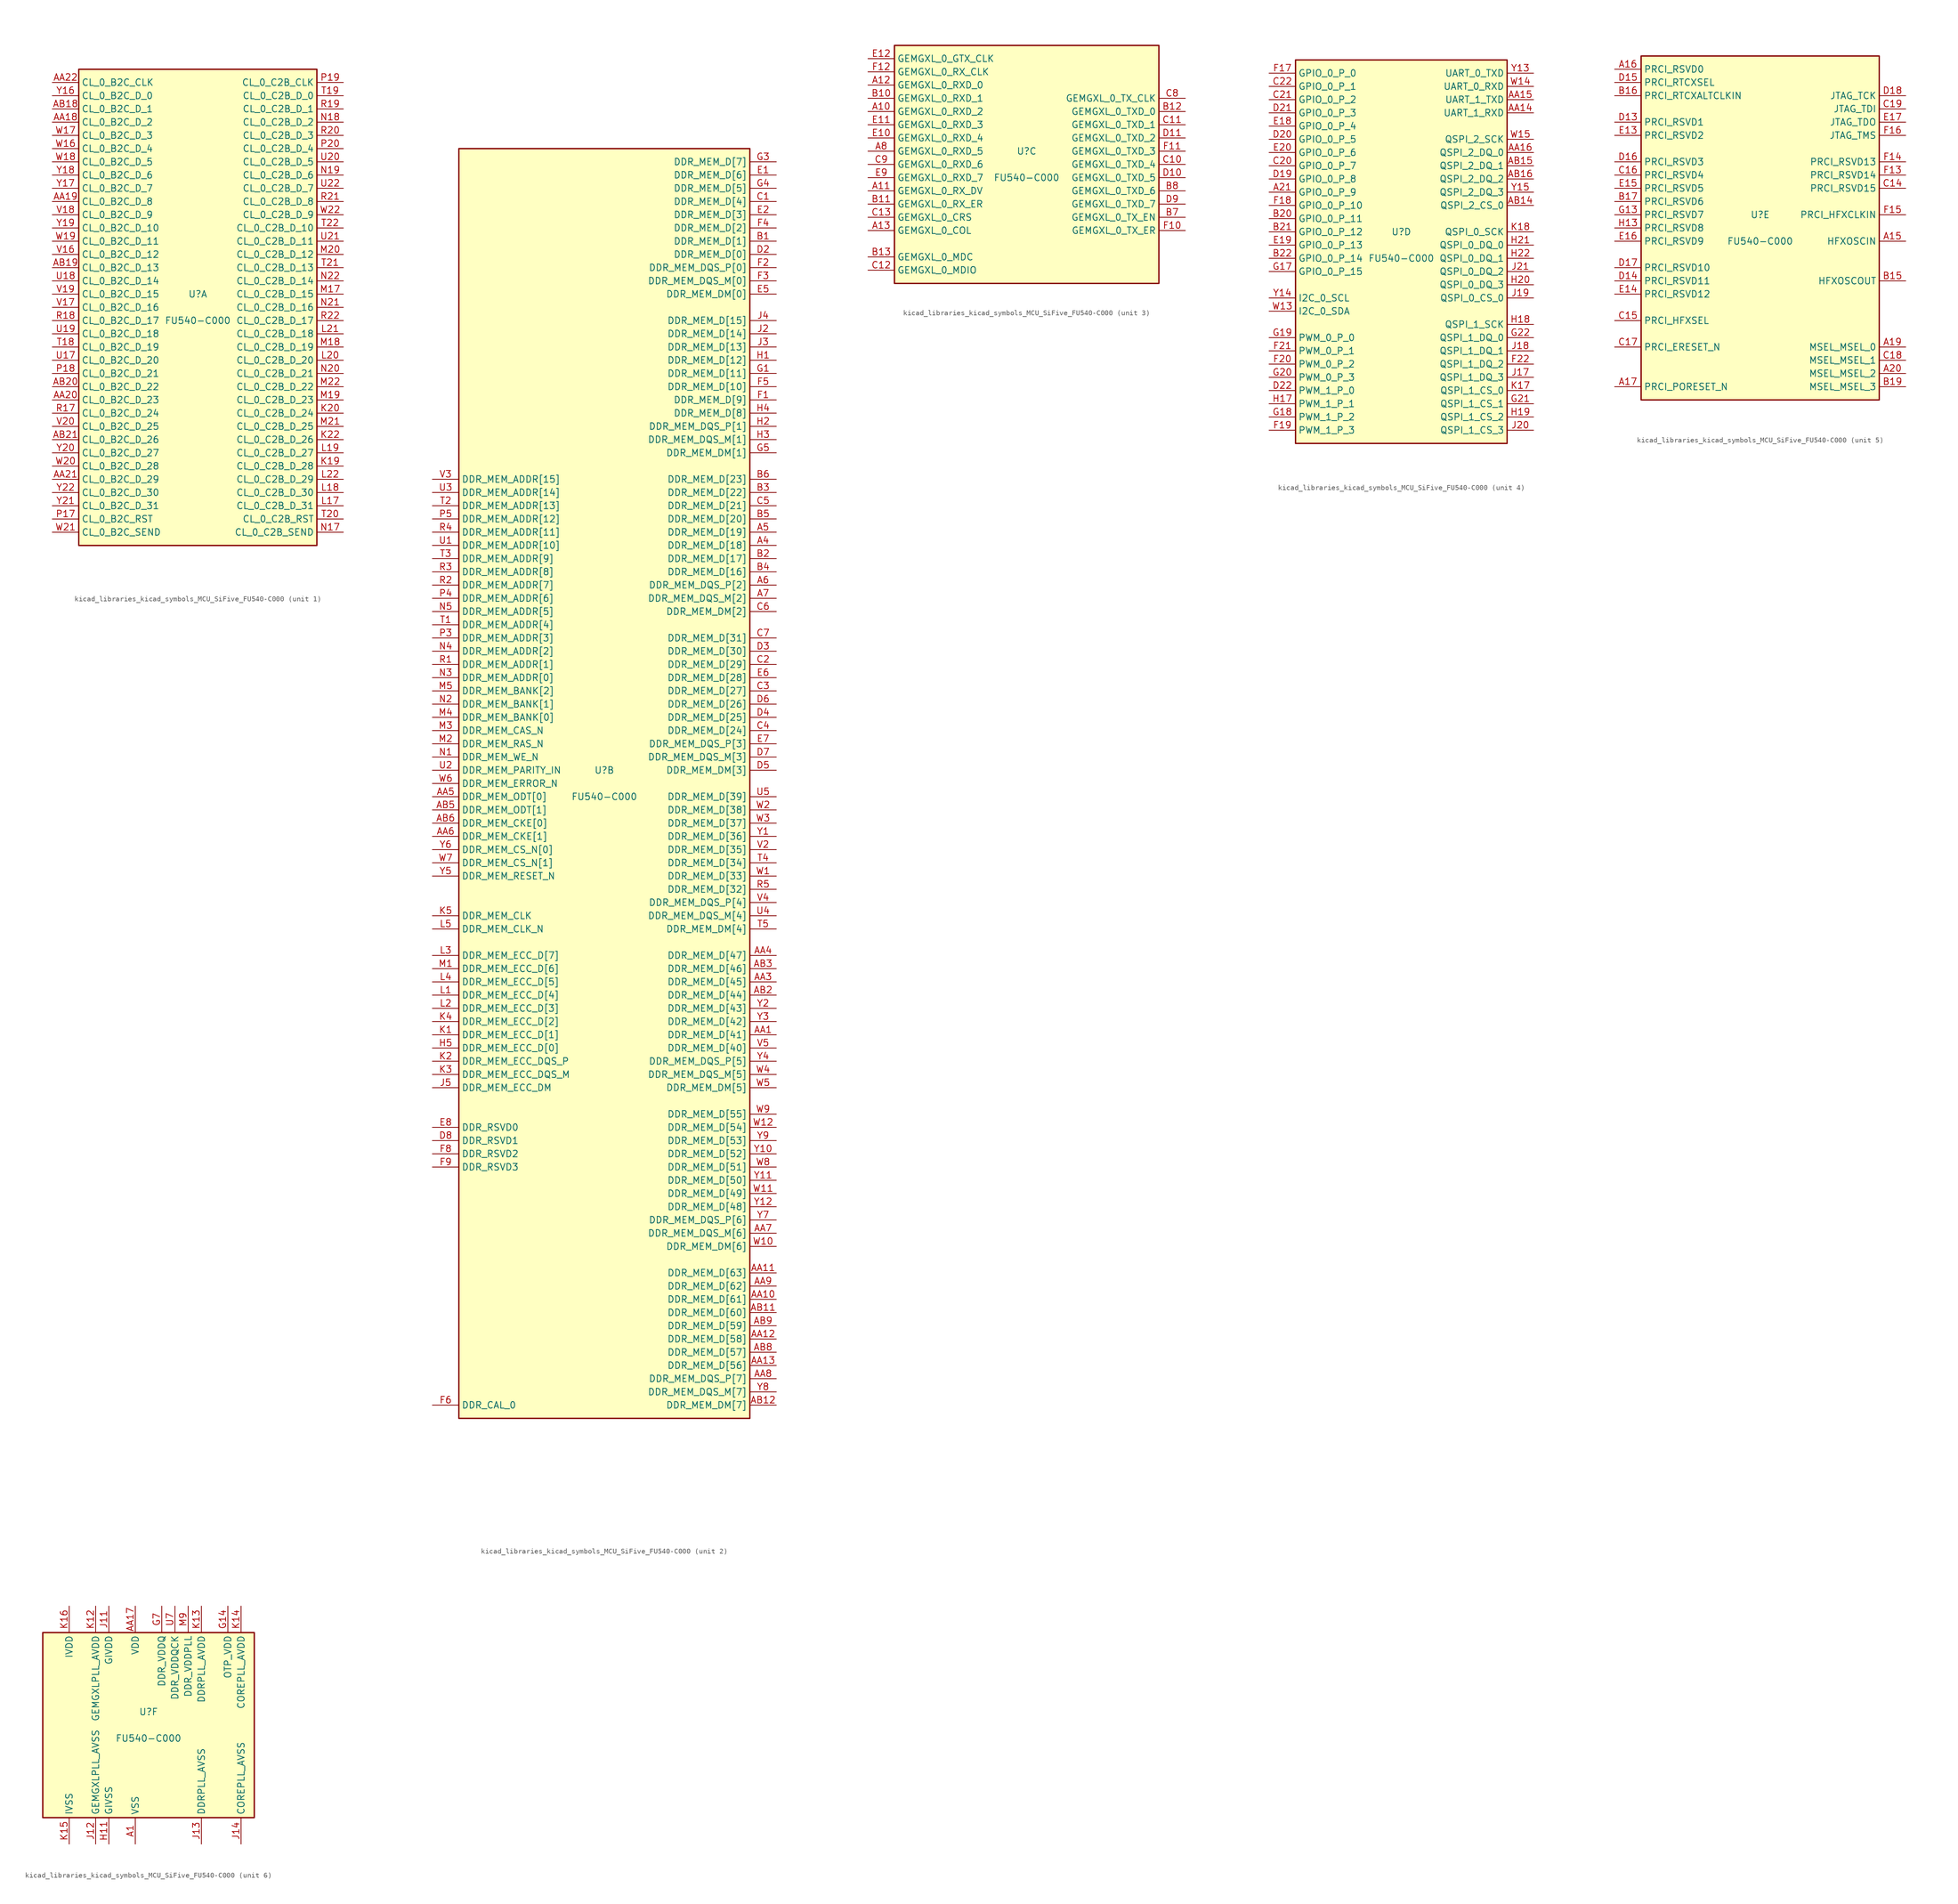
<source format=kicad_sym>
(kicad_symbol_lib
  (version 20220914)
  (generator kicad_symbol_editor)
  (symbol "kicad_libraries_kicad_symbols_MCU_SiFive_FU540-C000"
    (property "Reference" "U"
      (at 0 2.54 0)
      (effects (font (size 1.27 1.27))))
    (property "Value" "FU540-C000"
      (at 0 -2.54 0)
      (effects (font (size 1.27 1.27))))
    (property "ki_locked" ""
      (at 0 0 0)
      (effects (font (size 1.27 1.27))))
    (symbol "kicad_libraries_kicad_symbols_MCU_SiFive_FU540-C000_1_1"
      (rectangle (start -22.86 -45.72) (end 22.86 45.72) (stroke (width 0.254) (type default)) (fill (type background)))
      (pin input line (at -27.94 35.56 0) (length 5.08) (name "CL_0_B2C_D_2" (effects (font (size 1.27 1.27)))) (number "AA18" (effects (font (size 1.27 1.27)))))
      (pin input line (at -27.94 20.32 0) (length 5.08) (name "CL_0_B2C_D_8" (effects (font (size 1.27 1.27)))) (number "AA19" (effects (font (size 1.27 1.27)))))
      (pin input line (at -27.94 -17.78 0) (length 5.08) (name "CL_0_B2C_D_23" (effects (font (size 1.27 1.27)))) (number "AA20" (effects (font (size 1.27 1.27)))))
      (pin input line (at -27.94 -33.02 0) (length 5.08) (name "CL_0_B2C_D_29" (effects (font (size 1.27 1.27)))) (number "AA21" (effects (font (size 1.27 1.27)))))
      (pin input line (at -27.94 43.18 0) (length 5.08) (name "CL_0_B2C_CLK" (effects (font (size 1.27 1.27)))) (number "AA22" (effects (font (size 1.27 1.27)))))
      (pin input line (at -27.94 38.1 0) (length 5.08) (name "CL_0_B2C_D_1" (effects (font (size 1.27 1.27)))) (number "AB18" (effects (font (size 1.27 1.27)))))
      (pin input line (at -27.94 7.62 0) (length 5.08) (name "CL_0_B2C_D_13" (effects (font (size 1.27 1.27)))) (number "AB19" (effects (font (size 1.27 1.27)))))
      (pin input line (at -27.94 -15.24 0) (length 5.08) (name "CL_0_B2C_D_22" (effects (font (size 1.27 1.27)))) (number "AB20" (effects (font (size 1.27 1.27)))))
      (pin input line (at -27.94 -25.4 0) (length 5.08) (name "CL_0_B2C_D_26" (effects (font (size 1.27 1.27)))) (number "AB21" (effects (font (size 1.27 1.27)))))
      (pin output line (at 27.94 -30.48 180) (length 5.08) (name "CL_0_C2B_D_28" (effects (font (size 1.27 1.27)))) (number "K19" (effects (font (size 1.27 1.27)))))
      (pin output line (at 27.94 -20.32 180) (length 5.08) (name "CL_0_C2B_D_24" (effects (font (size 1.27 1.27)))) (number "K20" (effects (font (size 1.27 1.27)))))
      (pin output line (at 27.94 -25.4 180) (length 5.08) (name "CL_0_C2B_D_26" (effects (font (size 1.27 1.27)))) (number "K22" (effects (font (size 1.27 1.27)))))
      (pin output line (at 27.94 -38.1 180) (length 5.08) (name "CL_0_C2B_D_31" (effects (font (size 1.27 1.27)))) (number "L17" (effects (font (size 1.27 1.27)))))
      (pin output line (at 27.94 -35.56 180) (length 5.08) (name "CL_0_C2B_D_30" (effects (font (size 1.27 1.27)))) (number "L18" (effects (font (size 1.27 1.27)))))
      (pin output line (at 27.94 -27.94 180) (length 5.08) (name "CL_0_C2B_D_27" (effects (font (size 1.27 1.27)))) (number "L19" (effects (font (size 1.27 1.27)))))
      (pin output line (at 27.94 -10.16 180) (length 5.08) (name "CL_0_C2B_D_20" (effects (font (size 1.27 1.27)))) (number "L20" (effects (font (size 1.27 1.27)))))
      (pin output line (at 27.94 -5.08 180) (length 5.08) (name "CL_0_C2B_D_18" (effects (font (size 1.27 1.27)))) (number "L21" (effects (font (size 1.27 1.27)))))
      (pin output line (at 27.94 -33.02 180) (length 5.08) (name "CL_0_C2B_D_29" (effects (font (size 1.27 1.27)))) (number "L22" (effects (font (size 1.27 1.27)))))
      (pin output line (at 27.94 2.54 180) (length 5.08) (name "CL_0_C2B_D_15" (effects (font (size 1.27 1.27)))) (number "M17" (effects (font (size 1.27 1.27)))))
      (pin output line (at 27.94 -7.62 180) (length 5.08) (name "CL_0_C2B_D_19" (effects (font (size 1.27 1.27)))) (number "M18" (effects (font (size 1.27 1.27)))))
      (pin output line (at 27.94 -17.78 180) (length 5.08) (name "CL_0_C2B_D_23" (effects (font (size 1.27 1.27)))) (number "M19" (effects (font (size 1.27 1.27)))))
      (pin output line (at 27.94 10.16 180) (length 5.08) (name "CL_0_C2B_D_12" (effects (font (size 1.27 1.27)))) (number "M20" (effects (font (size 1.27 1.27)))))
      (pin output line (at 27.94 -22.86 180) (length 5.08) (name "CL_0_C2B_D_25" (effects (font (size 1.27 1.27)))) (number "M21" (effects (font (size 1.27 1.27)))))
      (pin output line (at 27.94 -15.24 180) (length 5.08) (name "CL_0_C2B_D_22" (effects (font (size 1.27 1.27)))) (number "M22" (effects (font (size 1.27 1.27)))))
      (pin output line (at 27.94 -43.18 180) (length 5.08) (name "CL_0_C2B_SEND" (effects (font (size 1.27 1.27)))) (number "N17" (effects (font (size 1.27 1.27)))))
      (pin output line (at 27.94 35.56 180) (length 5.08) (name "CL_0_C2B_D_2" (effects (font (size 1.27 1.27)))) (number "N18" (effects (font (size 1.27 1.27)))))
      (pin output line (at 27.94 25.4 180) (length 5.08) (name "CL_0_C2B_D_6" (effects (font (size 1.27 1.27)))) (number "N19" (effects (font (size 1.27 1.27)))))
      (pin output line (at 27.94 -12.7 180) (length 5.08) (name "CL_0_C2B_D_21" (effects (font (size 1.27 1.27)))) (number "N20" (effects (font (size 1.27 1.27)))))
      (pin output line (at 27.94 0 180) (length 5.08) (name "CL_0_C2B_D_16" (effects (font (size 1.27 1.27)))) (number "N21" (effects (font (size 1.27 1.27)))))
      (pin output line (at 27.94 5.08 180) (length 5.08) (name "CL_0_C2B_D_14" (effects (font (size 1.27 1.27)))) (number "N22" (effects (font (size 1.27 1.27)))))
      (pin input line (at -27.94 -40.64 0) (length 5.08) (name "CL_0_B2C_RST" (effects (font (size 1.27 1.27)))) (number "P17" (effects (font (size 1.27 1.27)))))
      (pin input line (at -27.94 -12.7 0) (length 5.08) (name "CL_0_B2C_D_21" (effects (font (size 1.27 1.27)))) (number "P18" (effects (font (size 1.27 1.27)))))
      (pin output line (at 27.94 43.18 180) (length 5.08) (name "CL_0_C2B_CLK" (effects (font (size 1.27 1.27)))) (number "P19" (effects (font (size 1.27 1.27)))))
      (pin output line (at 27.94 30.48 180) (length 5.08) (name "CL_0_C2B_D_4" (effects (font (size 1.27 1.27)))) (number "P20" (effects (font (size 1.27 1.27)))))
      (pin input line (at -27.94 -20.32 0) (length 5.08) (name "CL_0_B2C_D_24" (effects (font (size 1.27 1.27)))) (number "R17" (effects (font (size 1.27 1.27)))))
      (pin input line (at -27.94 -2.54 0) (length 5.08) (name "CL_0_B2C_D_17" (effects (font (size 1.27 1.27)))) (number "R18" (effects (font (size 1.27 1.27)))))
      (pin output line (at 27.94 38.1 180) (length 5.08) (name "CL_0_C2B_D_1" (effects (font (size 1.27 1.27)))) (number "R19" (effects (font (size 1.27 1.27)))))
      (pin output line (at 27.94 33.02 180) (length 5.08) (name "CL_0_C2B_D_3" (effects (font (size 1.27 1.27)))) (number "R20" (effects (font (size 1.27 1.27)))))
      (pin output line (at 27.94 20.32 180) (length 5.08) (name "CL_0_C2B_D_8" (effects (font (size 1.27 1.27)))) (number "R21" (effects (font (size 1.27 1.27)))))
      (pin output line (at 27.94 -2.54 180) (length 5.08) (name "CL_0_C2B_D_17" (effects (font (size 1.27 1.27)))) (number "R22" (effects (font (size 1.27 1.27)))))
      (pin input line (at -27.94 -7.62 0) (length 5.08) (name "CL_0_B2C_D_19" (effects (font (size 1.27 1.27)))) (number "T18" (effects (font (size 1.27 1.27)))))
      (pin output line (at 27.94 40.64 180) (length 5.08) (name "CL_0_C2B_D_0" (effects (font (size 1.27 1.27)))) (number "T19" (effects (font (size 1.27 1.27)))))
      (pin output line (at 27.94 -40.64 180) (length 5.08) (name "CL_0_C2B_RST" (effects (font (size 1.27 1.27)))) (number "T20" (effects (font (size 1.27 1.27)))))
      (pin output line (at 27.94 7.62 180) (length 5.08) (name "CL_0_C2B_D_13" (effects (font (size 1.27 1.27)))) (number "T21" (effects (font (size 1.27 1.27)))))
      (pin output line (at 27.94 15.24 180) (length 5.08) (name "CL_0_C2B_D_10" (effects (font (size 1.27 1.27)))) (number "T22" (effects (font (size 1.27 1.27)))))
      (pin input line (at -27.94 -10.16 0) (length 5.08) (name "CL_0_B2C_D_20" (effects (font (size 1.27 1.27)))) (number "U17" (effects (font (size 1.27 1.27)))))
      (pin input line (at -27.94 5.08 0) (length 5.08) (name "CL_0_B2C_D_14" (effects (font (size 1.27 1.27)))) (number "U18" (effects (font (size 1.27 1.27)))))
      (pin input line (at -27.94 -5.08 0) (length 5.08) (name "CL_0_B2C_D_18" (effects (font (size 1.27 1.27)))) (number "U19" (effects (font (size 1.27 1.27)))))
      (pin output line (at 27.94 27.94 180) (length 5.08) (name "CL_0_C2B_D_5" (effects (font (size 1.27 1.27)))) (number "U20" (effects (font (size 1.27 1.27)))))
      (pin output line (at 27.94 12.7 180) (length 5.08) (name "CL_0_C2B_D_11" (effects (font (size 1.27 1.27)))) (number "U21" (effects (font (size 1.27 1.27)))))
      (pin output line (at 27.94 22.86 180) (length 5.08) (name "CL_0_C2B_D_7" (effects (font (size 1.27 1.27)))) (number "U22" (effects (font (size 1.27 1.27)))))
      (pin input line (at -27.94 10.16 0) (length 5.08) (name "CL_0_B2C_D_12" (effects (font (size 1.27 1.27)))) (number "V16" (effects (font (size 1.27 1.27)))))
      (pin input line (at -27.94 0 0) (length 5.08) (name "CL_0_B2C_D_16" (effects (font (size 1.27 1.27)))) (number "V17" (effects (font (size 1.27 1.27)))))
      (pin input line (at -27.94 17.78 0) (length 5.08) (name "CL_0_B2C_D_9" (effects (font (size 1.27 1.27)))) (number "V18" (effects (font (size 1.27 1.27)))))
      (pin input line (at -27.94 2.54 0) (length 5.08) (name "CL_0_B2C_D_15" (effects (font (size 1.27 1.27)))) (number "V19" (effects (font (size 1.27 1.27)))))
      (pin input line (at -27.94 -22.86 0) (length 5.08) (name "CL_0_B2C_D_25" (effects (font (size 1.27 1.27)))) (number "V20" (effects (font (size 1.27 1.27)))))
      (pin input line (at -27.94 30.48 0) (length 5.08) (name "CL_0_B2C_D_4" (effects (font (size 1.27 1.27)))) (number "W16" (effects (font (size 1.27 1.27)))))
      (pin input line (at -27.94 33.02 0) (length 5.08) (name "CL_0_B2C_D_3" (effects (font (size 1.27 1.27)))) (number "W17" (effects (font (size 1.27 1.27)))))
      (pin input line (at -27.94 27.94 0) (length 5.08) (name "CL_0_B2C_D_5" (effects (font (size 1.27 1.27)))) (number "W18" (effects (font (size 1.27 1.27)))))
      (pin input line (at -27.94 12.7 0) (length 5.08) (name "CL_0_B2C_D_11" (effects (font (size 1.27 1.27)))) (number "W19" (effects (font (size 1.27 1.27)))))
      (pin input line (at -27.94 -30.48 0) (length 5.08) (name "CL_0_B2C_D_28" (effects (font (size 1.27 1.27)))) (number "W20" (effects (font (size 1.27 1.27)))))
      (pin input line (at -27.94 -43.18 0) (length 5.08) (name "CL_0_B2C_SEND" (effects (font (size 1.27 1.27)))) (number "W21" (effects (font (size 1.27 1.27)))))
      (pin output line (at 27.94 17.78 180) (length 5.08) (name "CL_0_C2B_D_9" (effects (font (size 1.27 1.27)))) (number "W22" (effects (font (size 1.27 1.27)))))
      (pin input line (at -27.94 40.64 0) (length 5.08) (name "CL_0_B2C_D_0" (effects (font (size 1.27 1.27)))) (number "Y16" (effects (font (size 1.27 1.27)))))
      (pin input line (at -27.94 22.86 0) (length 5.08) (name "CL_0_B2C_D_7" (effects (font (size 1.27 1.27)))) (number "Y17" (effects (font (size 1.27 1.27)))))
      (pin input line (at -27.94 25.4 0) (length 5.08) (name "CL_0_B2C_D_6" (effects (font (size 1.27 1.27)))) (number "Y18" (effects (font (size 1.27 1.27)))))
      (pin input line (at -27.94 15.24 0) (length 5.08) (name "CL_0_B2C_D_10" (effects (font (size 1.27 1.27)))) (number "Y19" (effects (font (size 1.27 1.27)))))
      (pin input line (at -27.94 -27.94 0) (length 5.08) (name "CL_0_B2C_D_27" (effects (font (size 1.27 1.27)))) (number "Y20" (effects (font (size 1.27 1.27)))))
      (pin input line (at -27.94 -38.1 0) (length 5.08) (name "CL_0_B2C_D_31" (effects (font (size 1.27 1.27)))) (number "Y21" (effects (font (size 1.27 1.27)))))
      (pin input line (at -27.94 -35.56 0) (length 5.08) (name "CL_0_B2C_D_30" (effects (font (size 1.27 1.27)))) (number "Y22" (effects (font (size 1.27 1.27))))))
    (symbol "kicad_libraries_kicad_symbols_MCU_SiFive_FU540-C000_2_1"
      (rectangle (start -27.94 -121.92) (end 27.94 121.92) (stroke (width 0.254) (type default)) (fill (type background)))
      (pin bidirectional line (at 33.02 45.72 180) (length 5.08) (name "DDR_MEM_D[18]" (effects (font (size 1.27 1.27)))) (number "A4" (effects (font (size 1.27 1.27)))))
      (pin bidirectional line (at 33.02 48.26 180) (length 5.08) (name "DDR_MEM_D[19]" (effects (font (size 1.27 1.27)))) (number "A5" (effects (font (size 1.27 1.27)))))
      (pin bidirectional line (at 33.02 38.1 180) (length 5.08) (name "DDR_MEM_DQS_P[2]" (effects (font (size 1.27 1.27)))) (number "A6" (effects (font (size 1.27 1.27)))))
      (pin bidirectional line (at 33.02 35.56 180) (length 5.08) (name "DDR_MEM_DQS_M[2]" (effects (font (size 1.27 1.27)))) (number "A7" (effects (font (size 1.27 1.27)))))
      (pin bidirectional line (at 33.02 -48.26 180) (length 5.08) (name "DDR_MEM_D[41]" (effects (font (size 1.27 1.27)))) (number "AA1" (effects (font (size 1.27 1.27)))))
      (pin bidirectional line (at 33.02 -99.06 180) (length 5.08) (name "DDR_MEM_D[61]" (effects (font (size 1.27 1.27)))) (number "AA10" (effects (font (size 1.27 1.27)))))
      (pin bidirectional line (at 33.02 -93.98 180) (length 5.08) (name "DDR_MEM_D[63]" (effects (font (size 1.27 1.27)))) (number "AA11" (effects (font (size 1.27 1.27)))))
      (pin bidirectional line (at 33.02 -106.68 180) (length 5.08) (name "DDR_MEM_D[58]" (effects (font (size 1.27 1.27)))) (number "AA12" (effects (font (size 1.27 1.27)))))
      (pin bidirectional line (at 33.02 -111.76 180) (length 5.08) (name "DDR_MEM_D[56]" (effects (font (size 1.27 1.27)))) (number "AA13" (effects (font (size 1.27 1.27)))))
      (pin bidirectional line (at 33.02 -38.1 180) (length 5.08) (name "DDR_MEM_D[45]" (effects (font (size 1.27 1.27)))) (number "AA3" (effects (font (size 1.27 1.27)))))
      (pin bidirectional line (at 33.02 -33.02 180) (length 5.08) (name "DDR_MEM_D[47]" (effects (font (size 1.27 1.27)))) (number "AA4" (effects (font (size 1.27 1.27)))))
      (pin output line (at -33.02 -2.54 0) (length 5.08) (name "DDR_MEM_ODT[0]" (effects (font (size 1.27 1.27)))) (number "AA5" (effects (font (size 1.27 1.27)))))
      (pin output line (at -33.02 -10.16 0) (length 5.08) (name "DDR_MEM_CKE[1]" (effects (font (size 1.27 1.27)))) (number "AA6" (effects (font (size 1.27 1.27)))))
      (pin bidirectional line (at 33.02 -86.36 180) (length 5.08) (name "DDR_MEM_DQS_M[6]" (effects (font (size 1.27 1.27)))) (number "AA7" (effects (font (size 1.27 1.27)))))
      (pin bidirectional line (at 33.02 -114.3 180) (length 5.08) (name "DDR_MEM_DQS_P[7]" (effects (font (size 1.27 1.27)))) (number "AA8" (effects (font (size 1.27 1.27)))))
      (pin bidirectional line (at 33.02 -96.52 180) (length 5.08) (name "DDR_MEM_D[62]" (effects (font (size 1.27 1.27)))) (number "AA9" (effects (font (size 1.27 1.27)))))
      (pin bidirectional line (at 33.02 -101.6 180) (length 5.08) (name "DDR_MEM_D[60]" (effects (font (size 1.27 1.27)))) (number "AB11" (effects (font (size 1.27 1.27)))))
      (pin bidirectional line (at 33.02 -119.38 180) (length 5.08) (name "DDR_MEM_DM[7]" (effects (font (size 1.27 1.27)))) (number "AB12" (effects (font (size 1.27 1.27)))))
      (pin bidirectional line (at 33.02 -40.64 180) (length 5.08) (name "DDR_MEM_D[44]" (effects (font (size 1.27 1.27)))) (number "AB2" (effects (font (size 1.27 1.27)))))
      (pin bidirectional line (at 33.02 -35.56 180) (length 5.08) (name "DDR_MEM_D[46]" (effects (font (size 1.27 1.27)))) (number "AB3" (effects (font (size 1.27 1.27)))))
      (pin output line (at -33.02 -5.08 0) (length 5.08) (name "DDR_MEM_ODT[1]" (effects (font (size 1.27 1.27)))) (number "AB5" (effects (font (size 1.27 1.27)))))
      (pin output line (at -33.02 -7.62 0) (length 5.08) (name "DDR_MEM_CKE[0]" (effects (font (size 1.27 1.27)))) (number "AB6" (effects (font (size 1.27 1.27)))))
      (pin bidirectional line (at 33.02 -109.22 180) (length 5.08) (name "DDR_MEM_D[57]" (effects (font (size 1.27 1.27)))) (number "AB8" (effects (font (size 1.27 1.27)))))
      (pin bidirectional line (at 33.02 -104.14 180) (length 5.08) (name "DDR_MEM_D[59]" (effects (font (size 1.27 1.27)))) (number "AB9" (effects (font (size 1.27 1.27)))))
      (pin bidirectional line (at 33.02 104.14 180) (length 5.08) (name "DDR_MEM_D[1]" (effects (font (size 1.27 1.27)))) (number "B1" (effects (font (size 1.27 1.27)))))
      (pin bidirectional line (at 33.02 43.18 180) (length 5.08) (name "DDR_MEM_D[17]" (effects (font (size 1.27 1.27)))) (number "B2" (effects (font (size 1.27 1.27)))))
      (pin bidirectional line (at 33.02 55.88 180) (length 5.08) (name "DDR_MEM_D[22]" (effects (font (size 1.27 1.27)))) (number "B3" (effects (font (size 1.27 1.27)))))
      (pin bidirectional line (at 33.02 40.64 180) (length 5.08) (name "DDR_MEM_D[16]" (effects (font (size 1.27 1.27)))) (number "B4" (effects (font (size 1.27 1.27)))))
      (pin bidirectional line (at 33.02 50.8 180) (length 5.08) (name "DDR_MEM_D[20]" (effects (font (size 1.27 1.27)))) (number "B5" (effects (font (size 1.27 1.27)))))
      (pin bidirectional line (at 33.02 58.42 180) (length 5.08) (name "DDR_MEM_D[23]" (effects (font (size 1.27 1.27)))) (number "B6" (effects (font (size 1.27 1.27)))))
      (pin bidirectional line (at 33.02 111.76 180) (length 5.08) (name "DDR_MEM_D[4]" (effects (font (size 1.27 1.27)))) (number "C1" (effects (font (size 1.27 1.27)))))
      (pin bidirectional line (at 33.02 22.86 180) (length 5.08) (name "DDR_MEM_D[29]" (effects (font (size 1.27 1.27)))) (number "C2" (effects (font (size 1.27 1.27)))))
      (pin bidirectional line (at 33.02 17.78 180) (length 5.08) (name "DDR_MEM_D[27]" (effects (font (size 1.27 1.27)))) (number "C3" (effects (font (size 1.27 1.27)))))
      (pin bidirectional line (at 33.02 10.16 180) (length 5.08) (name "DDR_MEM_D[24]" (effects (font (size 1.27 1.27)))) (number "C4" (effects (font (size 1.27 1.27)))))
      (pin bidirectional line (at 33.02 53.34 180) (length 5.08) (name "DDR_MEM_D[21]" (effects (font (size 1.27 1.27)))) (number "C5" (effects (font (size 1.27 1.27)))))
      (pin bidirectional line (at 33.02 33.02 180) (length 5.08) (name "DDR_MEM_DM[2]" (effects (font (size 1.27 1.27)))) (number "C6" (effects (font (size 1.27 1.27)))))
      (pin bidirectional line (at 33.02 27.94 180) (length 5.08) (name "DDR_MEM_D[31]" (effects (font (size 1.27 1.27)))) (number "C7" (effects (font (size 1.27 1.27)))))
      (pin bidirectional line (at 33.02 101.6 180) (length 5.08) (name "DDR_MEM_D[0]" (effects (font (size 1.27 1.27)))) (number "D2" (effects (font (size 1.27 1.27)))))
      (pin bidirectional line (at 33.02 25.4 180) (length 5.08) (name "DDR_MEM_D[30]" (effects (font (size 1.27 1.27)))) (number "D3" (effects (font (size 1.27 1.27)))))
      (pin bidirectional line (at 33.02 12.7 180) (length 5.08) (name "DDR_MEM_D[25]" (effects (font (size 1.27 1.27)))) (number "D4" (effects (font (size 1.27 1.27)))))
      (pin bidirectional line (at 33.02 2.54 180) (length 5.08) (name "DDR_MEM_DM[3]" (effects (font (size 1.27 1.27)))) (number "D5" (effects (font (size 1.27 1.27)))))
      (pin bidirectional line (at 33.02 15.24 180) (length 5.08) (name "DDR_MEM_D[26]" (effects (font (size 1.27 1.27)))) (number "D6" (effects (font (size 1.27 1.27)))))
      (pin bidirectional line (at 33.02 5.08 180) (length 5.08) (name "DDR_MEM_DQS_M[3]" (effects (font (size 1.27 1.27)))) (number "D7" (effects (font (size 1.27 1.27)))))
      (pin passive line (at -33.02 -68.58 0) (length 5.08) (name "DDR_RSVD1" (effects (font (size 1.27 1.27)))) (number "D8" (effects (font (size 1.27 1.27)))))
      (pin bidirectional line (at 33.02 116.84 180) (length 5.08) (name "DDR_MEM_D[6]" (effects (font (size 1.27 1.27)))) (number "E1" (effects (font (size 1.27 1.27)))))
      (pin bidirectional line (at 33.02 109.22 180) (length 5.08) (name "DDR_MEM_D[3]" (effects (font (size 1.27 1.27)))) (number "E2" (effects (font (size 1.27 1.27)))))
      (pin bidirectional line (at 33.02 93.98 180) (length 5.08) (name "DDR_MEM_DM[0]" (effects (font (size 1.27 1.27)))) (number "E5" (effects (font (size 1.27 1.27)))))
      (pin bidirectional line (at 33.02 20.32 180) (length 5.08) (name "DDR_MEM_D[28]" (effects (font (size 1.27 1.27)))) (number "E6" (effects (font (size 1.27 1.27)))))
      (pin bidirectional line (at 33.02 7.62 180) (length 5.08) (name "DDR_MEM_DQS_P[3]" (effects (font (size 1.27 1.27)))) (number "E7" (effects (font (size 1.27 1.27)))))
      (pin passive line (at -33.02 -66.04 0) (length 5.08) (name "DDR_RSVD0" (effects (font (size 1.27 1.27)))) (number "E8" (effects (font (size 1.27 1.27)))))
      (pin bidirectional line (at 33.02 73.66 180) (length 5.08) (name "DDR_MEM_D[9]" (effects (font (size 1.27 1.27)))) (number "F1" (effects (font (size 1.27 1.27)))))
      (pin bidirectional line (at 33.02 99.06 180) (length 5.08) (name "DDR_MEM_DQS_P[0]" (effects (font (size 1.27 1.27)))) (number "F2" (effects (font (size 1.27 1.27)))))
      (pin bidirectional line (at 33.02 96.52 180) (length 5.08) (name "DDR_MEM_DQS_M[0]" (effects (font (size 1.27 1.27)))) (number "F3" (effects (font (size 1.27 1.27)))))
      (pin bidirectional line (at 33.02 106.68 180) (length 5.08) (name "DDR_MEM_D[2]" (effects (font (size 1.27 1.27)))) (number "F4" (effects (font (size 1.27 1.27)))))
      (pin bidirectional line (at 33.02 76.2 180) (length 5.08) (name "DDR_MEM_D[10]" (effects (font (size 1.27 1.27)))) (number "F5" (effects (font (size 1.27 1.27)))))
      (pin passive line (at -33.02 -119.38 0) (length 5.08) (name "DDR_CAL_0" (effects (font (size 1.27 1.27)))) (number "F6" (effects (font (size 1.27 1.27)))))
      (pin passive line (at -33.02 -71.12 0) (length 5.08) (name "DDR_RSVD2" (effects (font (size 1.27 1.27)))) (number "F8" (effects (font (size 1.27 1.27)))))
      (pin passive line (at -33.02 -73.66 0) (length 5.08) (name "DDR_RSVD3" (effects (font (size 1.27 1.27)))) (number "F9" (effects (font (size 1.27 1.27)))))
      (pin bidirectional line (at 33.02 78.74 180) (length 5.08) (name "DDR_MEM_D[11]" (effects (font (size 1.27 1.27)))) (number "G1" (effects (font (size 1.27 1.27)))))
      (pin bidirectional line (at 33.02 119.38 180) (length 5.08) (name "DDR_MEM_D[7]" (effects (font (size 1.27 1.27)))) (number "G3" (effects (font (size 1.27 1.27)))))
      (pin bidirectional line (at 33.02 114.3 180) (length 5.08) (name "DDR_MEM_D[5]" (effects (font (size 1.27 1.27)))) (number "G4" (effects (font (size 1.27 1.27)))))
      (pin bidirectional line (at 33.02 63.5 180) (length 5.08) (name "DDR_MEM_DM[1]" (effects (font (size 1.27 1.27)))) (number "G5" (effects (font (size 1.27 1.27)))))
      (pin bidirectional line (at 33.02 81.28 180) (length 5.08) (name "DDR_MEM_D[12]" (effects (font (size 1.27 1.27)))) (number "H1" (effects (font (size 1.27 1.27)))))
      (pin bidirectional line (at 33.02 68.58 180) (length 5.08) (name "DDR_MEM_DQS_P[1]" (effects (font (size 1.27 1.27)))) (number "H2" (effects (font (size 1.27 1.27)))))
      (pin bidirectional line (at 33.02 66.04 180) (length 5.08) (name "DDR_MEM_DQS_M[1]" (effects (font (size 1.27 1.27)))) (number "H3" (effects (font (size 1.27 1.27)))))
      (pin bidirectional line (at 33.02 71.12 180) (length 5.08) (name "DDR_MEM_D[8]" (effects (font (size 1.27 1.27)))) (number "H4" (effects (font (size 1.27 1.27)))))
      (pin bidirectional line (at -33.02 -50.8 0) (length 5.08) (name "DDR_MEM_ECC_D[0]" (effects (font (size 1.27 1.27)))) (number "H5" (effects (font (size 1.27 1.27)))))
      (pin bidirectional line (at 33.02 86.36 180) (length 5.08) (name "DDR_MEM_D[14]" (effects (font (size 1.27 1.27)))) (number "J2" (effects (font (size 1.27 1.27)))))
      (pin bidirectional line (at 33.02 83.82 180) (length 5.08) (name "DDR_MEM_D[13]" (effects (font (size 1.27 1.27)))) (number "J3" (effects (font (size 1.27 1.27)))))
      (pin bidirectional line (at 33.02 88.9 180) (length 5.08) (name "DDR_MEM_D[15]" (effects (font (size 1.27 1.27)))) (number "J4" (effects (font (size 1.27 1.27)))))
      (pin bidirectional line (at -33.02 -58.42 0) (length 5.08) (name "DDR_MEM_ECC_DM" (effects (font (size 1.27 1.27)))) (number "J5" (effects (font (size 1.27 1.27)))))
      (pin bidirectional line (at -33.02 -48.26 0) (length 5.08) (name "DDR_MEM_ECC_D[1]" (effects (font (size 1.27 1.27)))) (number "K1" (effects (font (size 1.27 1.27)))))
      (pin bidirectional line (at -33.02 -53.34 0) (length 5.08) (name "DDR_MEM_ECC_DQS_P" (effects (font (size 1.27 1.27)))) (number "K2" (effects (font (size 1.27 1.27)))))
      (pin bidirectional line (at -33.02 -55.88 0) (length 5.08) (name "DDR_MEM_ECC_DQS_M" (effects (font (size 1.27 1.27)))) (number "K3" (effects (font (size 1.27 1.27)))))
      (pin bidirectional line (at -33.02 -45.72 0) (length 5.08) (name "DDR_MEM_ECC_D[2]" (effects (font (size 1.27 1.27)))) (number "K4" (effects (font (size 1.27 1.27)))))
      (pin output line (at -33.02 -25.4 0) (length 5.08) (name "DDR_MEM_CLK" (effects (font (size 1.27 1.27)))) (number "K5" (effects (font (size 1.27 1.27)))))
      (pin bidirectional line (at -33.02 -40.64 0) (length 5.08) (name "DDR_MEM_ECC_D[4]" (effects (font (size 1.27 1.27)))) (number "L1" (effects (font (size 1.27 1.27)))))
      (pin bidirectional line (at -33.02 -43.18 0) (length 5.08) (name "DDR_MEM_ECC_D[3]" (effects (font (size 1.27 1.27)))) (number "L2" (effects (font (size 1.27 1.27)))))
      (pin bidirectional line (at -33.02 -33.02 0) (length 5.08) (name "DDR_MEM_ECC_D[7]" (effects (font (size 1.27 1.27)))) (number "L3" (effects (font (size 1.27 1.27)))))
      (pin bidirectional line (at -33.02 -38.1 0) (length 5.08) (name "DDR_MEM_ECC_D[5]" (effects (font (size 1.27 1.27)))) (number "L4" (effects (font (size 1.27 1.27)))))
      (pin output line (at -33.02 -27.94 0) (length 5.08) (name "DDR_MEM_CLK_N" (effects (font (size 1.27 1.27)))) (number "L5" (effects (font (size 1.27 1.27)))))
      (pin bidirectional line (at -33.02 -35.56 0) (length 5.08) (name "DDR_MEM_ECC_D[6]" (effects (font (size 1.27 1.27)))) (number "M1" (effects (font (size 1.27 1.27)))))
      (pin output line (at -33.02 7.62 0) (length 5.08) (name "DDR_MEM_RAS_N" (effects (font (size 1.27 1.27)))) (number "M2" (effects (font (size 1.27 1.27)))))
      (pin output line (at -33.02 10.16 0) (length 5.08) (name "DDR_MEM_CAS_N" (effects (font (size 1.27 1.27)))) (number "M3" (effects (font (size 1.27 1.27)))))
      (pin output line (at -33.02 12.7 0) (length 5.08) (name "DDR_MEM_BANK[0]" (effects (font (size 1.27 1.27)))) (number "M4" (effects (font (size 1.27 1.27)))))
      (pin output line (at -33.02 17.78 0) (length 5.08) (name "DDR_MEM_BANK[2]" (effects (font (size 1.27 1.27)))) (number "M5" (effects (font (size 1.27 1.27)))))
      (pin output line (at -33.02 5.08 0) (length 5.08) (name "DDR_MEM_WE_N" (effects (font (size 1.27 1.27)))) (number "N1" (effects (font (size 1.27 1.27)))))
      (pin output line (at -33.02 15.24 0) (length 5.08) (name "DDR_MEM_BANK[1]" (effects (font (size 1.27 1.27)))) (number "N2" (effects (font (size 1.27 1.27)))))
      (pin output line (at -33.02 20.32 0) (length 5.08) (name "DDR_MEM_ADDR[0]" (effects (font (size 1.27 1.27)))) (number "N3" (effects (font (size 1.27 1.27)))))
      (pin output line (at -33.02 25.4 0) (length 5.08) (name "DDR_MEM_ADDR[2]" (effects (font (size 1.27 1.27)))) (number "N4" (effects (font (size 1.27 1.27)))))
      (pin output line (at -33.02 33.02 0) (length 5.08) (name "DDR_MEM_ADDR[5]" (effects (font (size 1.27 1.27)))) (number "N5" (effects (font (size 1.27 1.27)))))
      (pin output line (at -33.02 27.94 0) (length 5.08) (name "DDR_MEM_ADDR[3]" (effects (font (size 1.27 1.27)))) (number "P3" (effects (font (size 1.27 1.27)))))
      (pin output line (at -33.02 35.56 0) (length 5.08) (name "DDR_MEM_ADDR[6]" (effects (font (size 1.27 1.27)))) (number "P4" (effects (font (size 1.27 1.27)))))
      (pin output line (at -33.02 50.8 0) (length 5.08) (name "DDR_MEM_ADDR[12]" (effects (font (size 1.27 1.27)))) (number "P5" (effects (font (size 1.27 1.27)))))
      (pin output line (at -33.02 22.86 0) (length 5.08) (name "DDR_MEM_ADDR[1]" (effects (font (size 1.27 1.27)))) (number "R1" (effects (font (size 1.27 1.27)))))
      (pin output line (at -33.02 38.1 0) (length 5.08) (name "DDR_MEM_ADDR[7]" (effects (font (size 1.27 1.27)))) (number "R2" (effects (font (size 1.27 1.27)))))
      (pin output line (at -33.02 40.64 0) (length 5.08) (name "DDR_MEM_ADDR[8]" (effects (font (size 1.27 1.27)))) (number "R3" (effects (font (size 1.27 1.27)))))
      (pin output line (at -33.02 48.26 0) (length 5.08) (name "DDR_MEM_ADDR[11]" (effects (font (size 1.27 1.27)))) (number "R4" (effects (font (size 1.27 1.27)))))
      (pin bidirectional line (at 33.02 -20.32 180) (length 5.08) (name "DDR_MEM_D[32]" (effects (font (size 1.27 1.27)))) (number "R5" (effects (font (size 1.27 1.27)))))
      (pin output line (at -33.02 30.48 0) (length 5.08) (name "DDR_MEM_ADDR[4]" (effects (font (size 1.27 1.27)))) (number "T1" (effects (font (size 1.27 1.27)))))
      (pin output line (at -33.02 53.34 0) (length 5.08) (name "DDR_MEM_ADDR[13]" (effects (font (size 1.27 1.27)))) (number "T2" (effects (font (size 1.27 1.27)))))
      (pin output line (at -33.02 43.18 0) (length 5.08) (name "DDR_MEM_ADDR[9]" (effects (font (size 1.27 1.27)))) (number "T3" (effects (font (size 1.27 1.27)))))
      (pin bidirectional line (at 33.02 -15.24 180) (length 5.08) (name "DDR_MEM_D[34]" (effects (font (size 1.27 1.27)))) (number "T4" (effects (font (size 1.27 1.27)))))
      (pin bidirectional line (at 33.02 -27.94 180) (length 5.08) (name "DDR_MEM_DM[4]" (effects (font (size 1.27 1.27)))) (number "T5" (effects (font (size 1.27 1.27)))))
      (pin output line (at -33.02 45.72 0) (length 5.08) (name "DDR_MEM_ADDR[10]" (effects (font (size 1.27 1.27)))) (number "U1" (effects (font (size 1.27 1.27)))))
      (pin output line (at -33.02 2.54 0) (length 5.08) (name "DDR_MEM_PARITY_IN" (effects (font (size 1.27 1.27)))) (number "U2" (effects (font (size 1.27 1.27)))))
      (pin output line (at -33.02 55.88 0) (length 5.08) (name "DDR_MEM_ADDR[14]" (effects (font (size 1.27 1.27)))) (number "U3" (effects (font (size 1.27 1.27)))))
      (pin bidirectional line (at 33.02 -25.4 180) (length 5.08) (name "DDR_MEM_DQS_M[4]" (effects (font (size 1.27 1.27)))) (number "U4" (effects (font (size 1.27 1.27)))))
      (pin bidirectional line (at 33.02 -2.54 180) (length 5.08) (name "DDR_MEM_D[39]" (effects (font (size 1.27 1.27)))) (number "U5" (effects (font (size 1.27 1.27)))))
      (pin bidirectional line (at 33.02 -12.7 180) (length 5.08) (name "DDR_MEM_D[35]" (effects (font (size 1.27 1.27)))) (number "V2" (effects (font (size 1.27 1.27)))))
      (pin output line (at -33.02 58.42 0) (length 5.08) (name "DDR_MEM_ADDR[15]" (effects (font (size 1.27 1.27)))) (number "V3" (effects (font (size 1.27 1.27)))))
      (pin bidirectional line (at 33.02 -22.86 180) (length 5.08) (name "DDR_MEM_DQS_P[4]" (effects (font (size 1.27 1.27)))) (number "V4" (effects (font (size 1.27 1.27)))))
      (pin bidirectional line (at 33.02 -50.8 180) (length 5.08) (name "DDR_MEM_D[40]" (effects (font (size 1.27 1.27)))) (number "V5" (effects (font (size 1.27 1.27)))))
      (pin bidirectional line (at 33.02 -17.78 180) (length 5.08) (name "DDR_MEM_D[33]" (effects (font (size 1.27 1.27)))) (number "W1" (effects (font (size 1.27 1.27)))))
      (pin bidirectional line (at 33.02 -88.9 180) (length 5.08) (name "DDR_MEM_DM[6]" (effects (font (size 1.27 1.27)))) (number "W10" (effects (font (size 1.27 1.27)))))
      (pin bidirectional line (at 33.02 -78.74 180) (length 5.08) (name "DDR_MEM_D[49]" (effects (font (size 1.27 1.27)))) (number "W11" (effects (font (size 1.27 1.27)))))
      (pin bidirectional line (at 33.02 -66.04 180) (length 5.08) (name "DDR_MEM_D[54]" (effects (font (size 1.27 1.27)))) (number "W12" (effects (font (size 1.27 1.27)))))
      (pin bidirectional line (at 33.02 -5.08 180) (length 5.08) (name "DDR_MEM_D[38]" (effects (font (size 1.27 1.27)))) (number "W2" (effects (font (size 1.27 1.27)))))
      (pin bidirectional line (at 33.02 -7.62 180) (length 5.08) (name "DDR_MEM_D[37]" (effects (font (size 1.27 1.27)))) (number "W3" (effects (font (size 1.27 1.27)))))
      (pin bidirectional line (at 33.02 -55.88 180) (length 5.08) (name "DDR_MEM_DQS_M[5]" (effects (font (size 1.27 1.27)))) (number "W4" (effects (font (size 1.27 1.27)))))
      (pin bidirectional line (at 33.02 -58.42 180) (length 5.08) (name "DDR_MEM_DM[5]" (effects (font (size 1.27 1.27)))) (number "W5" (effects (font (size 1.27 1.27)))))
      (pin input line (at -33.02 0 0) (length 5.08) (name "DDR_MEM_ERROR_N" (effects (font (size 1.27 1.27)))) (number "W6" (effects (font (size 1.27 1.27)))))
      (pin output line (at -33.02 -15.24 0) (length 5.08) (name "DDR_MEM_CS_N[1]" (effects (font (size 1.27 1.27)))) (number "W7" (effects (font (size 1.27 1.27)))))
      (pin bidirectional line (at 33.02 -73.66 180) (length 5.08) (name "DDR_MEM_D[51]" (effects (font (size 1.27 1.27)))) (number "W8" (effects (font (size 1.27 1.27)))))
      (pin bidirectional line (at 33.02 -63.5 180) (length 5.08) (name "DDR_MEM_D[55]" (effects (font (size 1.27 1.27)))) (number "W9" (effects (font (size 1.27 1.27)))))
      (pin bidirectional line (at 33.02 -10.16 180) (length 5.08) (name "DDR_MEM_D[36]" (effects (font (size 1.27 1.27)))) (number "Y1" (effects (font (size 1.27 1.27)))))
      (pin bidirectional line (at 33.02 -71.12 180) (length 5.08) (name "DDR_MEM_D[52]" (effects (font (size 1.27 1.27)))) (number "Y10" (effects (font (size 1.27 1.27)))))
      (pin bidirectional line (at 33.02 -76.2 180) (length 5.08) (name "DDR_MEM_D[50]" (effects (font (size 1.27 1.27)))) (number "Y11" (effects (font (size 1.27 1.27)))))
      (pin bidirectional line (at 33.02 -81.28 180) (length 5.08) (name "DDR_MEM_D[48]" (effects (font (size 1.27 1.27)))) (number "Y12" (effects (font (size 1.27 1.27)))))
      (pin bidirectional line (at 33.02 -43.18 180) (length 5.08) (name "DDR_MEM_D[43]" (effects (font (size 1.27 1.27)))) (number "Y2" (effects (font (size 1.27 1.27)))))
      (pin bidirectional line (at 33.02 -45.72 180) (length 5.08) (name "DDR_MEM_D[42]" (effects (font (size 1.27 1.27)))) (number "Y3" (effects (font (size 1.27 1.27)))))
      (pin bidirectional line (at 33.02 -53.34 180) (length 5.08) (name "DDR_MEM_DQS_P[5]" (effects (font (size 1.27 1.27)))) (number "Y4" (effects (font (size 1.27 1.27)))))
      (pin output line (at -33.02 -17.78 0) (length 5.08) (name "DDR_MEM_RESET_N" (effects (font (size 1.27 1.27)))) (number "Y5" (effects (font (size 1.27 1.27)))))
      (pin output line (at -33.02 -12.7 0) (length 5.08) (name "DDR_MEM_CS_N[0]" (effects (font (size 1.27 1.27)))) (number "Y6" (effects (font (size 1.27 1.27)))))
      (pin bidirectional line (at 33.02 -83.82 180) (length 5.08) (name "DDR_MEM_DQS_P[6]" (effects (font (size 1.27 1.27)))) (number "Y7" (effects (font (size 1.27 1.27)))))
      (pin bidirectional line (at 33.02 -116.84 180) (length 5.08) (name "DDR_MEM_DQS_M[7]" (effects (font (size 1.27 1.27)))) (number "Y8" (effects (font (size 1.27 1.27)))))
      (pin bidirectional line (at 33.02 -68.58 180) (length 5.08) (name "DDR_MEM_D[53]" (effects (font (size 1.27 1.27)))) (number "Y9" (effects (font (size 1.27 1.27))))))
    (symbol "kicad_libraries_kicad_symbols_MCU_SiFive_FU540-C000_3_1"
      (rectangle (start -25.4 -22.86) (end 25.4 22.86) (stroke (width 0.254) (type default)) (fill (type background)))
      (pin input line (at -30.48 10.16 0) (length 5.08) (name "GEMGXL_0_RXD_2" (effects (font (size 1.27 1.27)))) (number "A10" (effects (font (size 1.27 1.27)))))
      (pin input line (at -30.48 -5.08 0) (length 5.08) (name "GEMGXL_0_RX_DV" (effects (font (size 1.27 1.27)))) (number "A11" (effects (font (size 1.27 1.27)))))
      (pin input line (at -30.48 15.24 0) (length 5.08) (name "GEMGXL_0_RXD_0" (effects (font (size 1.27 1.27)))) (number "A12" (effects (font (size 1.27 1.27)))))
      (pin input line (at -30.48 -12.7 0) (length 5.08) (name "GEMGXL_0_COL" (effects (font (size 1.27 1.27)))) (number "A13" (effects (font (size 1.27 1.27)))))
      (pin input line (at -30.48 2.54 0) (length 5.08) (name "GEMGXL_0_RXD_5" (effects (font (size 1.27 1.27)))) (number "A8" (effects (font (size 1.27 1.27)))))
      (pin input line (at -30.48 12.7 0) (length 5.08) (name "GEMGXL_0_RXD_1" (effects (font (size 1.27 1.27)))) (number "B10" (effects (font (size 1.27 1.27)))))
      (pin input line (at -30.48 -7.62 0) (length 5.08) (name "GEMGXL_0_RX_ER" (effects (font (size 1.27 1.27)))) (number "B11" (effects (font (size 1.27 1.27)))))
      (pin output line (at 30.48 10.16 180) (length 5.08) (name "GEMGXL_0_TXD_0" (effects (font (size 1.27 1.27)))) (number "B12" (effects (font (size 1.27 1.27)))))
      (pin output line (at -30.48 -17.78 0) (length 5.08) (name "GEMGXL_0_MDC" (effects (font (size 1.27 1.27)))) (number "B13" (effects (font (size 1.27 1.27)))))
      (pin output line (at 30.48 -10.16 180) (length 5.08) (name "GEMGXL_0_TX_EN" (effects (font (size 1.27 1.27)))) (number "B7" (effects (font (size 1.27 1.27)))))
      (pin output line (at 30.48 -5.08 180) (length 5.08) (name "GEMGXL_0_TXD_6" (effects (font (size 1.27 1.27)))) (number "B8" (effects (font (size 1.27 1.27)))))
      (pin output line (at 30.48 0 180) (length 5.08) (name "GEMGXL_0_TXD_4" (effects (font (size 1.27 1.27)))) (number "C10" (effects (font (size 1.27 1.27)))))
      (pin output line (at 30.48 7.62 180) (length 5.08) (name "GEMGXL_0_TXD_1" (effects (font (size 1.27 1.27)))) (number "C11" (effects (font (size 1.27 1.27)))))
      (pin bidirectional line (at -30.48 -20.32 0) (length 5.08) (name "GEMGXL_0_MDIO" (effects (font (size 1.27 1.27)))) (number "C12" (effects (font (size 1.27 1.27)))))
      (pin input line (at -30.48 -10.16 0) (length 5.08) (name "GEMGXL_0_CRS" (effects (font (size 1.27 1.27)))) (number "C13" (effects (font (size 1.27 1.27)))))
      (pin input line (at 30.48 12.7 180) (length 5.08) (name "GEMGXL_0_TX_CLK" (effects (font (size 1.27 1.27)))) (number "C8" (effects (font (size 1.27 1.27)))))
      (pin input line (at -30.48 0 0) (length 5.08) (name "GEMGXL_0_RXD_6" (effects (font (size 1.27 1.27)))) (number "C9" (effects (font (size 1.27 1.27)))))
      (pin output line (at 30.48 -2.54 180) (length 5.08) (name "GEMGXL_0_TXD_5" (effects (font (size 1.27 1.27)))) (number "D10" (effects (font (size 1.27 1.27)))))
      (pin output line (at 30.48 5.08 180) (length 5.08) (name "GEMGXL_0_TXD_2" (effects (font (size 1.27 1.27)))) (number "D11" (effects (font (size 1.27 1.27)))))
      (pin output line (at 30.48 -7.62 180) (length 5.08) (name "GEMGXL_0_TXD_7" (effects (font (size 1.27 1.27)))) (number "D9" (effects (font (size 1.27 1.27)))))
      (pin input line (at -30.48 5.08 0) (length 5.08) (name "GEMGXL_0_RXD_4" (effects (font (size 1.27 1.27)))) (number "E10" (effects (font (size 1.27 1.27)))))
      (pin input line (at -30.48 7.62 0) (length 5.08) (name "GEMGXL_0_RXD_3" (effects (font (size 1.27 1.27)))) (number "E11" (effects (font (size 1.27 1.27)))))
      (pin input line (at -30.48 20.32 0) (length 5.08) (name "GEMGXL_0_GTX_CLK" (effects (font (size 1.27 1.27)))) (number "E12" (effects (font (size 1.27 1.27)))))
      (pin input line (at -30.48 -2.54 0) (length 5.08) (name "GEMGXL_0_RXD_7" (effects (font (size 1.27 1.27)))) (number "E9" (effects (font (size 1.27 1.27)))))
      (pin output line (at 30.48 -12.7 180) (length 5.08) (name "GEMGXL_0_TX_ER" (effects (font (size 1.27 1.27)))) (number "F10" (effects (font (size 1.27 1.27)))))
      (pin output line (at 30.48 2.54 180) (length 5.08) (name "GEMGXL_0_TXD_3" (effects (font (size 1.27 1.27)))) (number "F11" (effects (font (size 1.27 1.27)))))
      (pin input line (at -30.48 17.78 0) (length 5.08) (name "GEMGXL_0_RX_CLK" (effects (font (size 1.27 1.27)))) (number "F12" (effects (font (size 1.27 1.27))))))
    (symbol "kicad_libraries_kicad_symbols_MCU_SiFive_FU540-C000_4_1"
      (rectangle (start -20.32 -38.1) (end 20.32 35.56) (stroke (width 0.254) (type default)) (fill (type background)))
      (pin bidirectional line (at -25.4 10.16 0) (length 5.08) (name "GPIO_0_P_9" (effects (font (size 1.27 1.27)))) (number "A21" (effects (font (size 1.27 1.27)))))
      (pin input line (at 25.4 25.4 180) (length 5.08) (name "UART_1_RXD" (effects (font (size 1.27 1.27)))) (number "AA14" (effects (font (size 1.27 1.27)))))
      (pin output line (at 25.4 27.94 180) (length 5.08) (name "UART_1_TXD" (effects (font (size 1.27 1.27)))) (number "AA15" (effects (font (size 1.27 1.27)))))
      (pin bidirectional line (at 25.4 17.78 180) (length 5.08) (name "QSPI_2_DQ_0" (effects (font (size 1.27 1.27)))) (number "AA16" (effects (font (size 1.27 1.27)))))
      (pin output line (at 25.4 7.62 180) (length 5.08) (name "QSPI_2_CS_0" (effects (font (size 1.27 1.27)))) (number "AB14" (effects (font (size 1.27 1.27)))))
      (pin bidirectional line (at 25.4 15.24 180) (length 5.08) (name "QSPI_2_DQ_1" (effects (font (size 1.27 1.27)))) (number "AB15" (effects (font (size 1.27 1.27)))))
      (pin bidirectional line (at 25.4 12.7 180) (length 5.08) (name "QSPI_2_DQ_2" (effects (font (size 1.27 1.27)))) (number "AB16" (effects (font (size 1.27 1.27)))))
      (pin bidirectional line (at -25.4 5.08 0) (length 5.08) (name "GPIO_0_P_11" (effects (font (size 1.27 1.27)))) (number "B20" (effects (font (size 1.27 1.27)))))
      (pin bidirectional line (at -25.4 2.54 0) (length 5.08) (name "GPIO_0_P_12" (effects (font (size 1.27 1.27)))) (number "B21" (effects (font (size 1.27 1.27)))))
      (pin bidirectional line (at -25.4 -2.54 0) (length 5.08) (name "GPIO_0_P_14" (effects (font (size 1.27 1.27)))) (number "B22" (effects (font (size 1.27 1.27)))))
      (pin bidirectional line (at -25.4 15.24 0) (length 5.08) (name "GPIO_0_P_7" (effects (font (size 1.27 1.27)))) (number "C20" (effects (font (size 1.27 1.27)))))
      (pin bidirectional line (at -25.4 27.94 0) (length 5.08) (name "GPIO_0_P_2" (effects (font (size 1.27 1.27)))) (number "C21" (effects (font (size 1.27 1.27)))))
      (pin bidirectional line (at -25.4 30.48 0) (length 5.08) (name "GPIO_0_P_1" (effects (font (size 1.27 1.27)))) (number "C22" (effects (font (size 1.27 1.27)))))
      (pin bidirectional line (at -25.4 12.7 0) (length 5.08) (name "GPIO_0_P_8" (effects (font (size 1.27 1.27)))) (number "D19" (effects (font (size 1.27 1.27)))))
      (pin bidirectional line (at -25.4 20.32 0) (length 5.08) (name "GPIO_0_P_5" (effects (font (size 1.27 1.27)))) (number "D20" (effects (font (size 1.27 1.27)))))
      (pin bidirectional line (at -25.4 25.4 0) (length 5.08) (name "GPIO_0_P_3" (effects (font (size 1.27 1.27)))) (number "D21" (effects (font (size 1.27 1.27)))))
      (pin bidirectional line (at -25.4 -27.94 0) (length 5.08) (name "PWM_1_P_0" (effects (font (size 1.27 1.27)))) (number "D22" (effects (font (size 1.27 1.27)))))
      (pin bidirectional line (at -25.4 22.86 0) (length 5.08) (name "GPIO_0_P_4" (effects (font (size 1.27 1.27)))) (number "E18" (effects (font (size 1.27 1.27)))))
      (pin bidirectional line (at -25.4 0 0) (length 5.08) (name "GPIO_0_P_13" (effects (font (size 1.27 1.27)))) (number "E19" (effects (font (size 1.27 1.27)))))
      (pin bidirectional line (at -25.4 17.78 0) (length 5.08) (name "GPIO_0_P_6" (effects (font (size 1.27 1.27)))) (number "E20" (effects (font (size 1.27 1.27)))))
      (pin bidirectional line (at -25.4 33.02 0) (length 5.08) (name "GPIO_0_P_0" (effects (font (size 1.27 1.27)))) (number "F17" (effects (font (size 1.27 1.27)))))
      (pin bidirectional line (at -25.4 7.62 0) (length 5.08) (name "GPIO_0_P_10" (effects (font (size 1.27 1.27)))) (number "F18" (effects (font (size 1.27 1.27)))))
      (pin bidirectional line (at -25.4 -35.56 0) (length 5.08) (name "PWM_1_P_3" (effects (font (size 1.27 1.27)))) (number "F19" (effects (font (size 1.27 1.27)))))
      (pin bidirectional line (at -25.4 -22.86 0) (length 5.08) (name "PWM_0_P_2" (effects (font (size 1.27 1.27)))) (number "F20" (effects (font (size 1.27 1.27)))))
      (pin bidirectional line (at -25.4 -20.32 0) (length 5.08) (name "PWM_0_P_1" (effects (font (size 1.27 1.27)))) (number "F21" (effects (font (size 1.27 1.27)))))
      (pin bidirectional line (at 25.4 -22.86 180) (length 5.08) (name "QSPI_1_DQ_2" (effects (font (size 1.27 1.27)))) (number "F22" (effects (font (size 1.27 1.27)))))
      (pin bidirectional line (at -25.4 -5.08 0) (length 5.08) (name "GPIO_0_P_15" (effects (font (size 1.27 1.27)))) (number "G17" (effects (font (size 1.27 1.27)))))
      (pin bidirectional line (at -25.4 -33.02 0) (length 5.08) (name "PWM_1_P_2" (effects (font (size 1.27 1.27)))) (number "G18" (effects (font (size 1.27 1.27)))))
      (pin bidirectional line (at -25.4 -17.78 0) (length 5.08) (name "PWM_0_P_0" (effects (font (size 1.27 1.27)))) (number "G19" (effects (font (size 1.27 1.27)))))
      (pin bidirectional line (at -25.4 -25.4 0) (length 5.08) (name "PWM_0_P_3" (effects (font (size 1.27 1.27)))) (number "G20" (effects (font (size 1.27 1.27)))))
      (pin output line (at 25.4 -30.48 180) (length 5.08) (name "QSPI_1_CS_1" (effects (font (size 1.27 1.27)))) (number "G21" (effects (font (size 1.27 1.27)))))
      (pin bidirectional line (at 25.4 -17.78 180) (length 5.08) (name "QSPI_1_DQ_0" (effects (font (size 1.27 1.27)))) (number "G22" (effects (font (size 1.27 1.27)))))
      (pin bidirectional line (at -25.4 -30.48 0) (length 5.08) (name "PWM_1_P_1" (effects (font (size 1.27 1.27)))) (number "H17" (effects (font (size 1.27 1.27)))))
      (pin output line (at 25.4 -15.24 180) (length 5.08) (name "QSPI_1_SCK" (effects (font (size 1.27 1.27)))) (number "H18" (effects (font (size 1.27 1.27)))))
      (pin output line (at 25.4 -33.02 180) (length 5.08) (name "QSPI_1_CS_2" (effects (font (size 1.27 1.27)))) (number "H19" (effects (font (size 1.27 1.27)))))
      (pin bidirectional line (at 25.4 -7.62 180) (length 5.08) (name "QSPI_0_DQ_3" (effects (font (size 1.27 1.27)))) (number "H20" (effects (font (size 1.27 1.27)))))
      (pin bidirectional line (at 25.4 0 180) (length 5.08) (name "QSPI_0_DQ_0" (effects (font (size 1.27 1.27)))) (number "H21" (effects (font (size 1.27 1.27)))))
      (pin bidirectional line (at 25.4 -2.54 180) (length 5.08) (name "QSPI_0_DQ_1" (effects (font (size 1.27 1.27)))) (number "H22" (effects (font (size 1.27 1.27)))))
      (pin bidirectional line (at 25.4 -25.4 180) (length 5.08) (name "QSPI_1_DQ_3" (effects (font (size 1.27 1.27)))) (number "J17" (effects (font (size 1.27 1.27)))))
      (pin bidirectional line (at 25.4 -20.32 180) (length 5.08) (name "QSPI_1_DQ_1" (effects (font (size 1.27 1.27)))) (number "J18" (effects (font (size 1.27 1.27)))))
      (pin output line (at 25.4 -10.16 180) (length 5.08) (name "QSPI_0_CS_0" (effects (font (size 1.27 1.27)))) (number "J19" (effects (font (size 1.27 1.27)))))
      (pin output line (at 25.4 -35.56 180) (length 5.08) (name "QSPI_1_CS_3" (effects (font (size 1.27 1.27)))) (number "J20" (effects (font (size 1.27 1.27)))))
      (pin bidirectional line (at 25.4 -5.08 180) (length 5.08) (name "QSPI_0_DQ_2" (effects (font (size 1.27 1.27)))) (number "J21" (effects (font (size 1.27 1.27)))))
      (pin output line (at 25.4 -27.94 180) (length 5.08) (name "QSPI_1_CS_0" (effects (font (size 1.27 1.27)))) (number "K17" (effects (font (size 1.27 1.27)))))
      (pin output line (at 25.4 2.54 180) (length 5.08) (name "QSPI_0_SCK" (effects (font (size 1.27 1.27)))) (number "K18" (effects (font (size 1.27 1.27)))))
      (pin bidirectional line (at -25.4 -12.7 0) (length 5.08) (name "I2C_0_SDA" (effects (font (size 1.27 1.27)))) (number "W13" (effects (font (size 1.27 1.27)))))
      (pin input line (at 25.4 30.48 180) (length 5.08) (name "UART_0_RXD" (effects (font (size 1.27 1.27)))) (number "W14" (effects (font (size 1.27 1.27)))))
      (pin output line (at 25.4 20.32 180) (length 5.08) (name "QSPI_2_SCK" (effects (font (size 1.27 1.27)))) (number "W15" (effects (font (size 1.27 1.27)))))
      (pin output line (at 25.4 33.02 180) (length 5.08) (name "UART_0_TXD" (effects (font (size 1.27 1.27)))) (number "Y13" (effects (font (size 1.27 1.27)))))
      (pin bidirectional line (at -25.4 -10.16 0) (length 5.08) (name "I2C_0_SCL" (effects (font (size 1.27 1.27)))) (number "Y14" (effects (font (size 1.27 1.27)))))
      (pin bidirectional line (at 25.4 10.16 180) (length 5.08) (name "QSPI_2_DQ_3" (effects (font (size 1.27 1.27)))) (number "Y15" (effects (font (size 1.27 1.27))))))
    (symbol "kicad_libraries_kicad_symbols_MCU_SiFive_FU540-C000_5_1"
      (rectangle (start -22.86 -33.02) (end 22.86 33.02) (stroke (width 0.254) (type default)) (fill (type background)))
      (pin passive line (at 27.94 -2.54 180) (length 5.08) (name "HFXOSCIN" (effects (font (size 1.27 1.27)))) (number "A15" (effects (font (size 1.27 1.27)))))
      (pin passive line (at -27.94 30.48 0) (length 5.08) (name "PRCI_RSVD0" (effects (font (size 1.27 1.27)))) (number "A16" (effects (font (size 1.27 1.27)))))
      (pin input line (at -27.94 -30.48 0) (length 5.08) (name "PRCI_PORESET_N" (effects (font (size 1.27 1.27)))) (number "A17" (effects (font (size 1.27 1.27)))))
      (pin input line (at 27.94 -22.86 180) (length 5.08) (name "MSEL_MSEL_0" (effects (font (size 1.27 1.27)))) (number "A19" (effects (font (size 1.27 1.27)))))
      (pin input line (at 27.94 -27.94 180) (length 5.08) (name "MSEL_MSEL_2" (effects (font (size 1.27 1.27)))) (number "A20" (effects (font (size 1.27 1.27)))))
      (pin passive line (at 27.94 -10.16 180) (length 5.08) (name "HFXOSCOUT" (effects (font (size 1.27 1.27)))) (number "B15" (effects (font (size 1.27 1.27)))))
      (pin passive line (at -27.94 25.4 0) (length 5.08) (name "PRCI_RTCXALTCLKIN" (effects (font (size 1.27 1.27)))) (number "B16" (effects (font (size 1.27 1.27)))))
      (pin passive line (at -27.94 5.08 0) (length 5.08) (name "PRCI_RSVD6" (effects (font (size 1.27 1.27)))) (number "B17" (effects (font (size 1.27 1.27)))))
      (pin input line (at 27.94 -30.48 180) (length 5.08) (name "MSEL_MSEL_3" (effects (font (size 1.27 1.27)))) (number "B19" (effects (font (size 1.27 1.27)))))
      (pin passive line (at 27.94 7.62 180) (length 5.08) (name "PRCI_RSVD15" (effects (font (size 1.27 1.27)))) (number "C14" (effects (font (size 1.27 1.27)))))
      (pin input line (at -27.94 -17.78 0) (length 5.08) (name "PRCI_HFXSEL" (effects (font (size 1.27 1.27)))) (number "C15" (effects (font (size 1.27 1.27)))))
      (pin passive line (at -27.94 10.16 0) (length 5.08) (name "PRCI_RSVD4" (effects (font (size 1.27 1.27)))) (number "C16" (effects (font (size 1.27 1.27)))))
      (pin input line (at -27.94 -22.86 0) (length 5.08) (name "PRCI_ERESET_N" (effects (font (size 1.27 1.27)))) (number "C17" (effects (font (size 1.27 1.27)))))
      (pin input line (at 27.94 -25.4 180) (length 5.08) (name "MSEL_MSEL_1" (effects (font (size 1.27 1.27)))) (number "C18" (effects (font (size 1.27 1.27)))))
      (pin input line (at 27.94 22.86 180) (length 5.08) (name "JTAG_TDI" (effects (font (size 1.27 1.27)))) (number "C19" (effects (font (size 1.27 1.27)))))
      (pin passive line (at -27.94 20.32 0) (length 5.08) (name "PRCI_RSVD1" (effects (font (size 1.27 1.27)))) (number "D13" (effects (font (size 1.27 1.27)))))
      (pin passive line (at -27.94 -10.16 0) (length 5.08) (name "PRCI_RSVD11" (effects (font (size 1.27 1.27)))) (number "D14" (effects (font (size 1.27 1.27)))))
      (pin input line (at -27.94 27.94 0) (length 5.08) (name "PRCI_RTCXSEL" (effects (font (size 1.27 1.27)))) (number "D15" (effects (font (size 1.27 1.27)))))
      (pin passive line (at -27.94 12.7 0) (length 5.08) (name "PRCI_RSVD3" (effects (font (size 1.27 1.27)))) (number "D16" (effects (font (size 1.27 1.27)))))
      (pin passive line (at -27.94 -7.62 0) (length 5.08) (name "PRCI_RSVD10" (effects (font (size 1.27 1.27)))) (number "D17" (effects (font (size 1.27 1.27)))))
      (pin input line (at 27.94 25.4 180) (length 5.08) (name "JTAG_TCK" (effects (font (size 1.27 1.27)))) (number "D18" (effects (font (size 1.27 1.27)))))
      (pin passive line (at -27.94 17.78 0) (length 5.08) (name "PRCI_RSVD2" (effects (font (size 1.27 1.27)))) (number "E13" (effects (font (size 1.27 1.27)))))
      (pin passive line (at -27.94 -12.7 0) (length 5.08) (name "PRCI_RSVD12" (effects (font (size 1.27 1.27)))) (number "E14" (effects (font (size 1.27 1.27)))))
      (pin passive line (at -27.94 7.62 0) (length 5.08) (name "PRCI_RSVD5" (effects (font (size 1.27 1.27)))) (number "E15" (effects (font (size 1.27 1.27)))))
      (pin passive line (at -27.94 -2.54 0) (length 5.08) (name "PRCI_RSVD9" (effects (font (size 1.27 1.27)))) (number "E16" (effects (font (size 1.27 1.27)))))
      (pin output line (at 27.94 20.32 180) (length 5.08) (name "JTAG_TDO" (effects (font (size 1.27 1.27)))) (number "E17" (effects (font (size 1.27 1.27)))))
      (pin passive line (at 27.94 10.16 180) (length 5.08) (name "PRCI_RSVD14" (effects (font (size 1.27 1.27)))) (number "F13" (effects (font (size 1.27 1.27)))))
      (pin passive line (at 27.94 12.7 180) (length 5.08) (name "PRCI_RSVD13" (effects (font (size 1.27 1.27)))) (number "F14" (effects (font (size 1.27 1.27)))))
      (pin input line (at 27.94 2.54 180) (length 5.08) (name "PRCI_HFXCLKIN" (effects (font (size 1.27 1.27)))) (number "F15" (effects (font (size 1.27 1.27)))))
      (pin input line (at 27.94 17.78 180) (length 5.08) (name "JTAG_TMS" (effects (font (size 1.27 1.27)))) (number "F16" (effects (font (size 1.27 1.27)))))
      (pin passive line (at -27.94 2.54 0) (length 5.08) (name "PRCI_RSVD7" (effects (font (size 1.27 1.27)))) (number "G13" (effects (font (size 1.27 1.27)))))
      (pin passive line (at -27.94 0 0) (length 5.08) (name "PRCI_RSVD8" (effects (font (size 1.27 1.27)))) (number "H13" (effects (font (size 1.27 1.27))))))
    (symbol "kicad_libraries_kicad_symbols_MCU_SiFive_FU540-C000_6_1"
      (rectangle (start -20.32 -17.78) (end 20.32 17.78) (stroke (width 0.254) (type default)) (fill (type background)))
      (pin power_in line (at -2.54 -22.86 90) (length 5.08) (name "VSS" (effects (font (size 1.27 1.27)))) (number "A1" (effects (font (size 1.27 1.27)))))
      (pin passive line (at -2.54 -22.86 90) (length 5.08) hide (name "VSS" (effects (font (size 1.27 1.27)))) (number "A14" (effects (font (size 1.27 1.27)))))
      (pin passive line (at -2.54 -22.86 90) (length 5.08) hide (name "VSS" (effects (font (size 1.27 1.27)))) (number "A18" (effects (font (size 1.27 1.27)))))
      (pin passive line (at -2.54 -22.86 90) (length 5.08) hide (name "VSS" (effects (font (size 1.27 1.27)))) (number "A2" (effects (font (size 1.27 1.27)))))
      (pin passive line (at -2.54 -22.86 90) (length 5.08) hide (name "VSS" (effects (font (size 1.27 1.27)))) (number "A22" (effects (font (size 1.27 1.27)))))
      (pin passive line (at -2.54 -22.86 90) (length 5.08) hide (name "VSS" (effects (font (size 1.27 1.27)))) (number "A3" (effects (font (size 1.27 1.27)))))
      (pin passive line (at -2.54 -22.86 90) (length 5.08) hide (name "VSS" (effects (font (size 1.27 1.27)))) (number "A9" (effects (font (size 1.27 1.27)))))
      (pin power_in line (at -2.54 22.86 270) (length 5.08) (name "VDD" (effects (font (size 1.27 1.27)))) (number "AA17" (effects (font (size 1.27 1.27)))))
      (pin passive line (at -2.54 -22.86 90) (length 5.08) hide (name "VSS" (effects (font (size 1.27 1.27)))) (number "AA2" (effects (font (size 1.27 1.27)))))
      (pin passive line (at -2.54 -22.86 90) (length 5.08) hide (name "VSS" (effects (font (size 1.27 1.27)))) (number "AB1" (effects (font (size 1.27 1.27)))))
      (pin passive line (at -2.54 -22.86 90) (length 5.08) hide (name "VSS" (effects (font (size 1.27 1.27)))) (number "AB10" (effects (font (size 1.27 1.27)))))
      (pin passive line (at -2.54 -22.86 90) (length 5.08) hide (name "VSS" (effects (font (size 1.27 1.27)))) (number "AB13" (effects (font (size 1.27 1.27)))))
      (pin passive line (at -2.54 -22.86 90) (length 5.08) hide (name "VSS" (effects (font (size 1.27 1.27)))) (number "AB17" (effects (font (size 1.27 1.27)))))
      (pin passive line (at -2.54 -22.86 90) (length 5.08) hide (name "VSS" (effects (font (size 1.27 1.27)))) (number "AB22" (effects (font (size 1.27 1.27)))))
      (pin passive line (at -2.54 -22.86 90) (length 5.08) hide (name "VSS" (effects (font (size 1.27 1.27)))) (number "AB4" (effects (font (size 1.27 1.27)))))
      (pin passive line (at -2.54 -22.86 90) (length 5.08) hide (name "VSS" (effects (font (size 1.27 1.27)))) (number "AB7" (effects (font (size 1.27 1.27)))))
      (pin passive line (at -2.54 22.86 270) (length 5.08) hide (name "VDD" (effects (font (size 1.27 1.27)))) (number "B14" (effects (font (size 1.27 1.27)))))
      (pin passive line (at -2.54 22.86 270) (length 5.08) hide (name "VDD" (effects (font (size 1.27 1.27)))) (number "B18" (effects (font (size 1.27 1.27)))))
      (pin passive line (at -2.54 22.86 270) (length 5.08) hide (name "VDD" (effects (font (size 1.27 1.27)))) (number "B9" (effects (font (size 1.27 1.27)))))
      (pin passive line (at -2.54 -22.86 90) (length 5.08) hide (name "VSS" (effects (font (size 1.27 1.27)))) (number "D1" (effects (font (size 1.27 1.27)))))
      (pin passive line (at -2.54 -22.86 90) (length 5.08) hide (name "VSS" (effects (font (size 1.27 1.27)))) (number "D12" (effects (font (size 1.27 1.27)))))
      (pin passive line (at -2.54 22.86 270) (length 5.08) hide (name "VDD" (effects (font (size 1.27 1.27)))) (number "E21" (effects (font (size 1.27 1.27)))))
      (pin passive line (at -2.54 -22.86 90) (length 5.08) hide (name "VSS" (effects (font (size 1.27 1.27)))) (number "E22" (effects (font (size 1.27 1.27)))))
      (pin passive line (at -2.54 22.86 270) (length 5.08) hide (name "VDD" (effects (font (size 1.27 1.27)))) (number "E3" (effects (font (size 1.27 1.27)))))
      (pin passive line (at -2.54 -22.86 90) (length 5.08) hide (name "VSS" (effects (font (size 1.27 1.27)))) (number "E4" (effects (font (size 1.27 1.27)))))
      (pin passive line (at -2.54 -22.86 90) (length 5.08) hide (name "VSS" (effects (font (size 1.27 1.27)))) (number "F7" (effects (font (size 1.27 1.27)))))
      (pin passive line (at -2.54 -22.86 90) (length 5.08) hide (name "VSS" (effects (font (size 1.27 1.27)))) (number "G10" (effects (font (size 1.27 1.27)))))
      (pin passive line (at -2.54 22.86 270) (length 5.08) hide (name "VDD" (effects (font (size 1.27 1.27)))) (number "G11" (effects (font (size 1.27 1.27)))))
      (pin passive line (at -2.54 -22.86 90) (length 5.08) hide (name "VSS" (effects (font (size 1.27 1.27)))) (number "G12" (effects (font (size 1.27 1.27)))))
      (pin power_in line (at 15.24 22.86 270) (length 5.08) (name "OTP_VDD" (effects (font (size 1.27 1.27)))) (number "G14" (effects (font (size 1.27 1.27)))))
      (pin passive line (at -2.54 22.86 270) (length 5.08) hide (name "VDD" (effects (font (size 1.27 1.27)))) (number "G15" (effects (font (size 1.27 1.27)))))
      (pin passive line (at -2.54 -22.86 90) (length 5.08) hide (name "VSS" (effects (font (size 1.27 1.27)))) (number "G16" (effects (font (size 1.27 1.27)))))
      (pin passive line (at -2.54 -22.86 90) (length 5.08) hide (name "VSS" (effects (font (size 1.27 1.27)))) (number "G2" (effects (font (size 1.27 1.27)))))
      (pin passive line (at -2.54 -22.86 90) (length 5.08) hide (name "VSS" (effects (font (size 1.27 1.27)))) (number "G6" (effects (font (size 1.27 1.27)))))
      (pin power_in line (at 2.54 22.86 270) (length 5.08) (name "DDR_VDDQ" (effects (font (size 1.27 1.27)))) (number "G7" (effects (font (size 1.27 1.27)))))
      (pin passive line (at -2.54 -22.86 90) (length 5.08) hide (name "VSS" (effects (font (size 1.27 1.27)))) (number "G8" (effects (font (size 1.27 1.27)))))
      (pin passive line (at -2.54 22.86 270) (length 5.08) hide (name "VDD" (effects (font (size 1.27 1.27)))) (number "G9" (effects (font (size 1.27 1.27)))))
      (pin passive line (at -2.54 22.86 270) (length 5.08) hide (name "VDD" (effects (font (size 1.27 1.27)))) (number "H10" (effects (font (size 1.27 1.27)))))
      (pin power_in line (at -7.62 -22.86 90) (length 5.08) (name "GIVSS" (effects (font (size 1.27 1.27)))) (number "H11" (effects (font (size 1.27 1.27)))))
      (pin passive line (at -2.54 22.86 270) (length 5.08) hide (name "VDD" (effects (font (size 1.27 1.27)))) (number "H12" (effects (font (size 1.27 1.27)))))
      (pin passive line (at -2.54 22.86 270) (length 5.08) hide (name "VDD" (effects (font (size 1.27 1.27)))) (number "H14" (effects (font (size 1.27 1.27)))))
      (pin passive line (at -2.54 -22.86 90) (length 5.08) hide (name "VSS" (effects (font (size 1.27 1.27)))) (number "H15" (effects (font (size 1.27 1.27)))))
      (pin passive line (at -2.54 22.86 270) (length 5.08) hide (name "VDD" (effects (font (size 1.27 1.27)))) (number "H16" (effects (font (size 1.27 1.27)))))
      (pin passive line (at 2.54 22.86 270) (length 5.08) hide (name "DDR_VDDQ" (effects (font (size 1.27 1.27)))) (number "H6" (effects (font (size 1.27 1.27)))))
      (pin passive line (at -2.54 -22.86 90) (length 5.08) hide (name "VSS" (effects (font (size 1.27 1.27)))) (number "H7" (effects (font (size 1.27 1.27)))))
      (pin passive line (at -2.54 22.86 270) (length 5.08) hide (name "VDD" (effects (font (size 1.27 1.27)))) (number "H8" (effects (font (size 1.27 1.27)))))
      (pin passive line (at -2.54 -22.86 90) (length 5.08) hide (name "VSS" (effects (font (size 1.27 1.27)))) (number "H9" (effects (font (size 1.27 1.27)))))
      (pin passive line (at -2.54 -22.86 90) (length 5.08) hide (name "VSS" (effects (font (size 1.27 1.27)))) (number "J1" (effects (font (size 1.27 1.27)))))
      (pin passive line (at -2.54 -22.86 90) (length 5.08) hide (name "VSS" (effects (font (size 1.27 1.27)))) (number "J10" (effects (font (size 1.27 1.27)))))
      (pin power_in line (at -7.62 22.86 270) (length 5.08) (name "GIVDD" (effects (font (size 1.27 1.27)))) (number "J11" (effects (font (size 1.27 1.27)))))
      (pin power_in line (at -10.16 -22.86 90) (length 5.08) (name "GEMGXLPLL_AVSS" (effects (font (size 1.27 1.27)))) (number "J12" (effects (font (size 1.27 1.27)))))
      (pin power_in line (at 10.16 -22.86 90) (length 5.08) (name "DDRPLL_AVSS" (effects (font (size 1.27 1.27)))) (number "J13" (effects (font (size 1.27 1.27)))))
      (pin power_in line (at 17.78 -22.86 90) (length 5.08) (name "COREPLL_AVSS" (effects (font (size 1.27 1.27)))) (number "J14" (effects (font (size 1.27 1.27)))))
      (pin passive line (at -2.54 22.86 270) (length 5.08) hide (name "VDD" (effects (font (size 1.27 1.27)))) (number "J15" (effects (font (size 1.27 1.27)))))
      (pin passive line (at -2.54 -22.86 90) (length 5.08) hide (name "VSS" (effects (font (size 1.27 1.27)))) (number "J16" (effects (font (size 1.27 1.27)))))
      (pin passive line (at -2.54 -22.86 90) (length 5.08) hide (name "VSS" (effects (font (size 1.27 1.27)))) (number "J22" (effects (font (size 1.27 1.27)))))
      (pin passive line (at -2.54 -22.86 90) (length 5.08) hide (name "VSS" (effects (font (size 1.27 1.27)))) (number "J6" (effects (font (size 1.27 1.27)))))
      (pin passive line (at 2.54 22.86 270) (length 5.08) hide (name "DDR_VDDQ" (effects (font (size 1.27 1.27)))) (number "J7" (effects (font (size 1.27 1.27)))))
      (pin passive line (at -2.54 -22.86 90) (length 5.08) hide (name "VSS" (effects (font (size 1.27 1.27)))) (number "J8" (effects (font (size 1.27 1.27)))))
      (pin passive line (at -2.54 22.86 270) (length 5.08) hide (name "VDD" (effects (font (size 1.27 1.27)))) (number "J9" (effects (font (size 1.27 1.27)))))
      (pin passive line (at -2.54 22.86 270) (length 5.08) hide (name "VDD" (effects (font (size 1.27 1.27)))) (number "K10" (effects (font (size 1.27 1.27)))))
      (pin passive line (at -2.54 -22.86 90) (length 5.08) hide (name "VSS" (effects (font (size 1.27 1.27)))) (number "K11" (effects (font (size 1.27 1.27)))))
      (pin power_in line (at -10.16 22.86 270) (length 5.08) (name "GEMGXLPLL_AVDD" (effects (font (size 1.27 1.27)))) (number "K12" (effects (font (size 1.27 1.27)))))
      (pin power_in line (at 10.16 22.86 270) (length 5.08) (name "DDRPLL_AVDD" (effects (font (size 1.27 1.27)))) (number "K13" (effects (font (size 1.27 1.27)))))
      (pin power_in line (at 17.78 22.86 270) (length 5.08) (name "COREPLL_AVDD" (effects (font (size 1.27 1.27)))) (number "K14" (effects (font (size 1.27 1.27)))))
      (pin power_in line (at -15.24 -22.86 90) (length 5.08) (name "IVSS" (effects (font (size 1.27 1.27)))) (number "K15" (effects (font (size 1.27 1.27)))))
      (pin power_in line (at -15.24 22.86 270) (length 5.08) (name "IVDD" (effects (font (size 1.27 1.27)))) (number "K16" (effects (font (size 1.27 1.27)))))
      (pin passive line (at -2.54 22.86 270) (length 5.08) hide (name "VDD" (effects (font (size 1.27 1.27)))) (number "K21" (effects (font (size 1.27 1.27)))))
      (pin passive line (at 2.54 22.86 270) (length 5.08) hide (name "DDR_VDDQ" (effects (font (size 1.27 1.27)))) (number "K6" (effects (font (size 1.27 1.27)))))
      (pin passive line (at -2.54 -22.86 90) (length 5.08) hide (name "VSS" (effects (font (size 1.27 1.27)))) (number "K7" (effects (font (size 1.27 1.27)))))
      (pin passive line (at -2.54 22.86 270) (length 5.08) hide (name "VDD" (effects (font (size 1.27 1.27)))) (number "K8" (effects (font (size 1.27 1.27)))))
      (pin passive line (at -2.54 -22.86 90) (length 5.08) hide (name "VSS" (effects (font (size 1.27 1.27)))) (number "K9" (effects (font (size 1.27 1.27)))))
      (pin passive line (at -2.54 -22.86 90) (length 5.08) hide (name "VSS" (effects (font (size 1.27 1.27)))) (number "L10" (effects (font (size 1.27 1.27)))))
      (pin passive line (at -2.54 22.86 270) (length 5.08) hide (name "VDD" (effects (font (size 1.27 1.27)))) (number "L11" (effects (font (size 1.27 1.27)))))
      (pin passive line (at -2.54 -22.86 90) (length 5.08) hide (name "VSS" (effects (font (size 1.27 1.27)))) (number "L12" (effects (font (size 1.27 1.27)))))
      (pin passive line (at -2.54 22.86 270) (length 5.08) hide (name "VDD" (effects (font (size 1.27 1.27)))) (number "L13" (effects (font (size 1.27 1.27)))))
      (pin passive line (at -2.54 -22.86 90) (length 5.08) hide (name "VSS" (effects (font (size 1.27 1.27)))) (number "L14" (effects (font (size 1.27 1.27)))))
      (pin passive line (at -15.24 -22.86 90) (length 5.08) hide (name "IVSS" (effects (font (size 1.27 1.27)))) (number "L15" (effects (font (size 1.27 1.27)))))
      (pin passive line (at -15.24 22.86 270) (length 5.08) hide (name "IVDD" (effects (font (size 1.27 1.27)))) (number "L16" (effects (font (size 1.27 1.27)))))
      (pin passive line (at -2.54 -22.86 90) (length 5.08) hide (name "VSS" (effects (font (size 1.27 1.27)))) (number "L6" (effects (font (size 1.27 1.27)))))
      (pin passive line (at 2.54 22.86 270) (length 5.08) hide (name "DDR_VDDQ" (effects (font (size 1.27 1.27)))) (number "L7" (effects (font (size 1.27 1.27)))))
      (pin passive line (at -2.54 -22.86 90) (length 5.08) hide (name "VSS" (effects (font (size 1.27 1.27)))) (number "L8" (effects (font (size 1.27 1.27)))))
      (pin passive line (at 7.62 22.86 270) (length 5.08) hide (name "DDR_VDDPLL" (effects (font (size 1.27 1.27)))) (number "L9" (effects (font (size 1.27 1.27)))))
      (pin passive line (at -2.54 22.86 270) (length 5.08) hide (name "VDD" (effects (font (size 1.27 1.27)))) (number "M10" (effects (font (size 1.27 1.27)))))
      (pin passive line (at -2.54 -22.86 90) (length 5.08) hide (name "VSS" (effects (font (size 1.27 1.27)))) (number "M11" (effects (font (size 1.27 1.27)))))
      (pin passive line (at -2.54 22.86 270) (length 5.08) hide (name "VDD" (effects (font (size 1.27 1.27)))) (number "M12" (effects (font (size 1.27 1.27)))))
      (pin passive line (at -2.54 -22.86 90) (length 5.08) hide (name "VSS" (effects (font (size 1.27 1.27)))) (number "M13" (effects (font (size 1.27 1.27)))))
      (pin passive line (at -2.54 22.86 270) (length 5.08) hide (name "VDD" (effects (font (size 1.27 1.27)))) (number "M14" (effects (font (size 1.27 1.27)))))
      (pin passive line (at -15.24 -22.86 90) (length 5.08) hide (name "IVSS" (effects (font (size 1.27 1.27)))) (number "M15" (effects (font (size 1.27 1.27)))))
      (pin passive line (at -15.24 22.86 270) (length 5.08) hide (name "IVDD" (effects (font (size 1.27 1.27)))) (number "M16" (effects (font (size 1.27 1.27)))))
      (pin passive line (at 2.54 22.86 270) (length 5.08) hide (name "DDR_VDDQ" (effects (font (size 1.27 1.27)))) (number "M6" (effects (font (size 1.27 1.27)))))
      (pin passive line (at -2.54 -22.86 90) (length 5.08) hide (name "VSS" (effects (font (size 1.27 1.27)))) (number "M7" (effects (font (size 1.27 1.27)))))
      (pin passive line (at -2.54 22.86 270) (length 5.08) hide (name "VDD" (effects (font (size 1.27 1.27)))) (number "M8" (effects (font (size 1.27 1.27)))))
      (pin power_in line (at 7.62 22.86 270) (length 5.08) (name "DDR_VDDPLL" (effects (font (size 1.27 1.27)))) (number "M9" (effects (font (size 1.27 1.27)))))
      (pin passive line (at -2.54 -22.86 90) (length 5.08) hide (name "VSS" (effects (font (size 1.27 1.27)))) (number "N10" (effects (font (size 1.27 1.27)))))
      (pin passive line (at -2.54 22.86 270) (length 5.08) hide (name "VDD" (effects (font (size 1.27 1.27)))) (number "N11" (effects (font (size 1.27 1.27)))))
      (pin passive line (at -2.54 -22.86 90) (length 5.08) hide (name "VSS" (effects (font (size 1.27 1.27)))) (number "N12" (effects (font (size 1.27 1.27)))))
      (pin passive line (at -2.54 22.86 270) (length 5.08) hide (name "VDD" (effects (font (size 1.27 1.27)))) (number "N13" (effects (font (size 1.27 1.27)))))
      (pin passive line (at -2.54 -22.86 90) (length 5.08) hide (name "VSS" (effects (font (size 1.27 1.27)))) (number "N14" (effects (font (size 1.27 1.27)))))
      (pin passive line (at -15.24 -22.86 90) (length 5.08) hide (name "IVSS" (effects (font (size 1.27 1.27)))) (number "N15" (effects (font (size 1.27 1.27)))))
      (pin passive line (at -15.24 22.86 270) (length 5.08) hide (name "IVDD" (effects (font (size 1.27 1.27)))) (number "N16" (effects (font (size 1.27 1.27)))))
      (pin passive line (at -2.54 -22.86 90) (length 5.08) hide (name "VSS" (effects (font (size 1.27 1.27)))) (number "N6" (effects (font (size 1.27 1.27)))))
      (pin passive line (at 2.54 22.86 270) (length 5.08) hide (name "DDR_VDDQ" (effects (font (size 1.27 1.27)))) (number "N7" (effects (font (size 1.27 1.27)))))
      (pin passive line (at -2.54 -22.86 90) (length 5.08) hide (name "VSS" (effects (font (size 1.27 1.27)))) (number "N8" (effects (font (size 1.27 1.27)))))
      (pin passive line (at -2.54 22.86 270) (length 5.08) hide (name "VDD" (effects (font (size 1.27 1.27)))) (number "N9" (effects (font (size 1.27 1.27)))))
      (pin passive line (at -2.54 -22.86 90) (length 5.08) hide (name "VSS" (effects (font (size 1.27 1.27)))) (number "P1" (effects (font (size 1.27 1.27)))))
      (pin passive line (at -2.54 22.86 270) (length 5.08) hide (name "VDD" (effects (font (size 1.27 1.27)))) (number "P10" (effects (font (size 1.27 1.27)))))
      (pin passive line (at -2.54 -22.86 90) (length 5.08) hide (name "VSS" (effects (font (size 1.27 1.27)))) (number "P11" (effects (font (size 1.27 1.27)))))
      (pin passive line (at -2.54 22.86 270) (length 5.08) hide (name "VDD" (effects (font (size 1.27 1.27)))) (number "P12" (effects (font (size 1.27 1.27)))))
      (pin passive line (at -2.54 -22.86 90) (length 5.08) hide (name "VSS" (effects (font (size 1.27 1.27)))) (number "P13" (effects (font (size 1.27 1.27)))))
      (pin passive line (at -2.54 22.86 270) (length 5.08) hide (name "VDD" (effects (font (size 1.27 1.27)))) (number "P14" (effects (font (size 1.27 1.27)))))
      (pin passive line (at -2.54 -22.86 90) (length 5.08) hide (name "VSS" (effects (font (size 1.27 1.27)))) (number "P15" (effects (font (size 1.27 1.27)))))
      (pin passive line (at -2.54 22.86 270) (length 5.08) hide (name "VDD" (effects (font (size 1.27 1.27)))) (number "P16" (effects (font (size 1.27 1.27)))))
      (pin passive line (at -2.54 22.86 270) (length 5.08) hide (name "VDD" (effects (font (size 1.27 1.27)))) (number "P2" (effects (font (size 1.27 1.27)))))
      (pin passive line (at -2.54 22.86 270) (length 5.08) hide (name "VDD" (effects (font (size 1.27 1.27)))) (number "P21" (effects (font (size 1.27 1.27)))))
      (pin passive line (at -2.54 -22.86 90) (length 5.08) hide (name "VSS" (effects (font (size 1.27 1.27)))) (number "P22" (effects (font (size 1.27 1.27)))))
      (pin passive line (at 2.54 22.86 270) (length 5.08) hide (name "DDR_VDDQ" (effects (font (size 1.27 1.27)))) (number "P6" (effects (font (size 1.27 1.27)))))
      (pin passive line (at -2.54 -22.86 90) (length 5.08) hide (name "VSS" (effects (font (size 1.27 1.27)))) (number "P7" (effects (font (size 1.27 1.27)))))
      (pin passive line (at -2.54 22.86 270) (length 5.08) hide (name "VDD" (effects (font (size 1.27 1.27)))) (number "P8" (effects (font (size 1.27 1.27)))))
      (pin passive line (at -2.54 -22.86 90) (length 5.08) hide (name "VSS" (effects (font (size 1.27 1.27)))) (number "P9" (effects (font (size 1.27 1.27)))))
      (pin passive line (at -2.54 -22.86 90) (length 5.08) hide (name "VSS" (effects (font (size 1.27 1.27)))) (number "R10" (effects (font (size 1.27 1.27)))))
      (pin passive line (at -2.54 22.86 270) (length 5.08) hide (name "VDD" (effects (font (size 1.27 1.27)))) (number "R11" (effects (font (size 1.27 1.27)))))
      (pin passive line (at -2.54 -22.86 90) (length 5.08) hide (name "VSS" (effects (font (size 1.27 1.27)))) (number "R12" (effects (font (size 1.27 1.27)))))
      (pin passive line (at -2.54 22.86 270) (length 5.08) hide (name "VDD" (effects (font (size 1.27 1.27)))) (number "R13" (effects (font (size 1.27 1.27)))))
      (pin passive line (at -2.54 -22.86 90) (length 5.08) hide (name "VSS" (effects (font (size 1.27 1.27)))) (number "R14" (effects (font (size 1.27 1.27)))))
      (pin passive line (at -2.54 22.86 270) (length 5.08) hide (name "VDD" (effects (font (size 1.27 1.27)))) (number "R15" (effects (font (size 1.27 1.27)))))
      (pin passive line (at -2.54 -22.86 90) (length 5.08) hide (name "VSS" (effects (font (size 1.27 1.27)))) (number "R16" (effects (font (size 1.27 1.27)))))
      (pin passive line (at -2.54 -22.86 90) (length 5.08) hide (name "VSS" (effects (font (size 1.27 1.27)))) (number "R6" (effects (font (size 1.27 1.27)))))
      (pin passive line (at 2.54 22.86 270) (length 5.08) hide (name "DDR_VDDQ" (effects (font (size 1.27 1.27)))) (number "R7" (effects (font (size 1.27 1.27)))))
      (pin passive line (at -2.54 -22.86 90) (length 5.08) hide (name "VSS" (effects (font (size 1.27 1.27)))) (number "R8" (effects (font (size 1.27 1.27)))))
      (pin passive line (at -2.54 22.86 270) (length 5.08) hide (name "VDD" (effects (font (size 1.27 1.27)))) (number "R9" (effects (font (size 1.27 1.27)))))
      (pin passive line (at -2.54 22.86 270) (length 5.08) hide (name "VDD" (effects (font (size 1.27 1.27)))) (number "T10" (effects (font (size 1.27 1.27)))))
      (pin passive line (at -2.54 -22.86 90) (length 5.08) hide (name "VSS" (effects (font (size 1.27 1.27)))) (number "T11" (effects (font (size 1.27 1.27)))))
      (pin passive line (at -2.54 22.86 270) (length 5.08) hide (name "VDD" (effects (font (size 1.27 1.27)))) (number "T12" (effects (font (size 1.27 1.27)))))
      (pin passive line (at -2.54 -22.86 90) (length 5.08) hide (name "VSS" (effects (font (size 1.27 1.27)))) (number "T13" (effects (font (size 1.27 1.27)))))
      (pin passive line (at -2.54 22.86 270) (length 5.08) hide (name "VDD" (effects (font (size 1.27 1.27)))) (number "T14" (effects (font (size 1.27 1.27)))))
      (pin passive line (at -2.54 -22.86 90) (length 5.08) hide (name "VSS" (effects (font (size 1.27 1.27)))) (number "T15" (effects (font (size 1.27 1.27)))))
      (pin passive line (at -2.54 22.86 270) (length 5.08) hide (name "VDD" (effects (font (size 1.27 1.27)))) (number "T16" (effects (font (size 1.27 1.27)))))
      (pin passive line (at -2.54 -22.86 90) (length 5.08) hide (name "VSS" (effects (font (size 1.27 1.27)))) (number "T17" (effects (font (size 1.27 1.27)))))
      (pin passive line (at 2.54 22.86 270) (length 5.08) hide (name "DDR_VDDQ" (effects (font (size 1.27 1.27)))) (number "T6" (effects (font (size 1.27 1.27)))))
      (pin passive line (at -2.54 -22.86 90) (length 5.08) hide (name "VSS" (effects (font (size 1.27 1.27)))) (number "T7" (effects (font (size 1.27 1.27)))))
      (pin passive line (at -2.54 22.86 270) (length 5.08) hide (name "VDD" (effects (font (size 1.27 1.27)))) (number "T8" (effects (font (size 1.27 1.27)))))
      (pin passive line (at -2.54 -22.86 90) (length 5.08) hide (name "VSS" (effects (font (size 1.27 1.27)))) (number "T9" (effects (font (size 1.27 1.27)))))
      (pin passive line (at -2.54 -22.86 90) (length 5.08) hide (name "VSS" (effects (font (size 1.27 1.27)))) (number "U10" (effects (font (size 1.27 1.27)))))
      (pin passive line (at -2.54 22.86 270) (length 5.08) hide (name "VDD" (effects (font (size 1.27 1.27)))) (number "U11" (effects (font (size 1.27 1.27)))))
      (pin passive line (at -2.54 -22.86 90) (length 5.08) hide (name "VSS" (effects (font (size 1.27 1.27)))) (number "U12" (effects (font (size 1.27 1.27)))))
      (pin passive line (at -2.54 22.86 270) (length 5.08) hide (name "VDD" (effects (font (size 1.27 1.27)))) (number "U13" (effects (font (size 1.27 1.27)))))
      (pin passive line (at -2.54 -22.86 90) (length 5.08) hide (name "VSS" (effects (font (size 1.27 1.27)))) (number "U14" (effects (font (size 1.27 1.27)))))
      (pin passive line (at -2.54 22.86 270) (length 5.08) hide (name "VDD" (effects (font (size 1.27 1.27)))) (number "U15" (effects (font (size 1.27 1.27)))))
      (pin passive line (at -2.54 -22.86 90) (length 5.08) hide (name "VSS" (effects (font (size 1.27 1.27)))) (number "U16" (effects (font (size 1.27 1.27)))))
      (pin passive line (at -2.54 -22.86 90) (length 5.08) hide (name "VSS" (effects (font (size 1.27 1.27)))) (number "U6" (effects (font (size 1.27 1.27)))))
      (pin power_in line (at 5.08 22.86 270) (length 5.08) (name "DDR_VDDQCK" (effects (font (size 1.27 1.27)))) (number "U7" (effects (font (size 1.27 1.27)))))
      (pin passive line (at -2.54 -22.86 90) (length 5.08) hide (name "VSS" (effects (font (size 1.27 1.27)))) (number "U8" (effects (font (size 1.27 1.27)))))
      (pin passive line (at -2.54 22.86 270) (length 5.08) hide (name "VDD" (effects (font (size 1.27 1.27)))) (number "U9" (effects (font (size 1.27 1.27)))))
      (pin passive line (at -2.54 -22.86 90) (length 5.08) hide (name "VSS" (effects (font (size 1.27 1.27)))) (number "V1" (effects (font (size 1.27 1.27)))))
      (pin passive line (at -2.54 22.86 270) (length 5.08) hide (name "VDD" (effects (font (size 1.27 1.27)))) (number "V10" (effects (font (size 1.27 1.27)))))
      (pin passive line (at -2.54 -22.86 90) (length 5.08) hide (name "VSS" (effects (font (size 1.27 1.27)))) (number "V11" (effects (font (size 1.27 1.27)))))
      (pin passive line (at -2.54 22.86 270) (length 5.08) hide (name "VDD" (effects (font (size 1.27 1.27)))) (number "V12" (effects (font (size 1.27 1.27)))))
      (pin passive line (at -2.54 -22.86 90) (length 5.08) hide (name "VSS" (effects (font (size 1.27 1.27)))) (number "V13" (effects (font (size 1.27 1.27)))))
      (pin passive line (at -2.54 22.86 270) (length 5.08) hide (name "VDD" (effects (font (size 1.27 1.27)))) (number "V14" (effects (font (size 1.27 1.27)))))
      (pin passive line (at -2.54 -22.86 90) (length 5.08) hide (name "VSS" (effects (font (size 1.27 1.27)))) (number "V15" (effects (font (size 1.27 1.27)))))
      (pin passive line (at -2.54 22.86 270) (length 5.08) hide (name "VDD" (effects (font (size 1.27 1.27)))) (number "V21" (effects (font (size 1.27 1.27)))))
      (pin passive line (at -2.54 -22.86 90) (length 5.08) hide (name "VSS" (effects (font (size 1.27 1.27)))) (number "V22" (effects (font (size 1.27 1.27)))))
      (pin passive line (at -2.54 22.86 270) (length 5.08) hide (name "VDD" (effects (font (size 1.27 1.27)))) (number "V6" (effects (font (size 1.27 1.27)))))
      (pin passive line (at -2.54 -22.86 90) (length 5.08) hide (name "VSS" (effects (font (size 1.27 1.27)))) (number "V7" (effects (font (size 1.27 1.27)))))
      (pin passive line (at -2.54 22.86 270) (length 5.08) hide (name "VDD" (effects (font (size 1.27 1.27)))) (number "V8" (effects (font (size 1.27 1.27)))))
      (pin passive line (at -2.54 -22.86 90) (length 5.08) hide (name "VSS" (effects (font (size 1.27 1.27)))) (number "V9" (effects (font (size 1.27 1.27))))))))
</source>
